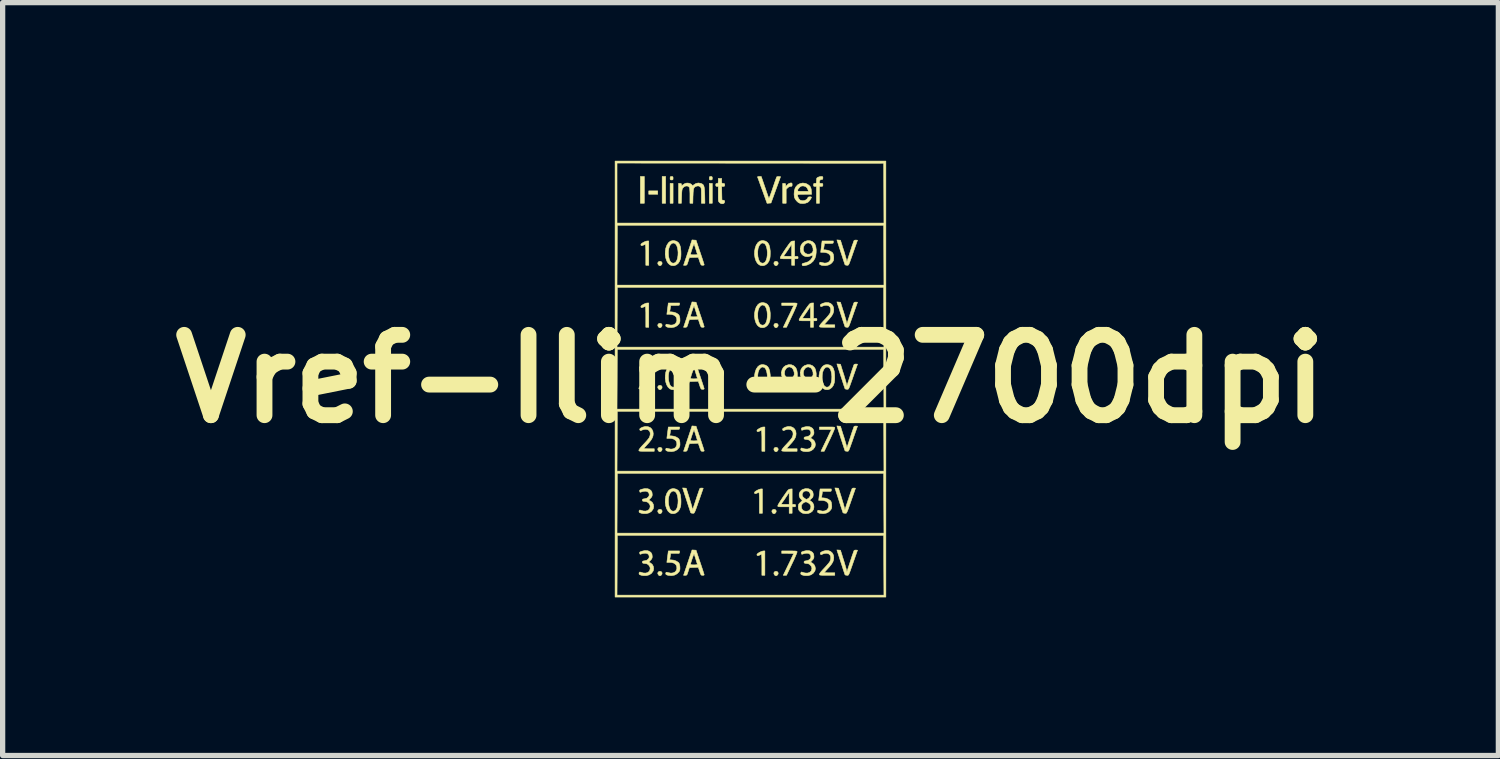
<source format=kicad_pcb>
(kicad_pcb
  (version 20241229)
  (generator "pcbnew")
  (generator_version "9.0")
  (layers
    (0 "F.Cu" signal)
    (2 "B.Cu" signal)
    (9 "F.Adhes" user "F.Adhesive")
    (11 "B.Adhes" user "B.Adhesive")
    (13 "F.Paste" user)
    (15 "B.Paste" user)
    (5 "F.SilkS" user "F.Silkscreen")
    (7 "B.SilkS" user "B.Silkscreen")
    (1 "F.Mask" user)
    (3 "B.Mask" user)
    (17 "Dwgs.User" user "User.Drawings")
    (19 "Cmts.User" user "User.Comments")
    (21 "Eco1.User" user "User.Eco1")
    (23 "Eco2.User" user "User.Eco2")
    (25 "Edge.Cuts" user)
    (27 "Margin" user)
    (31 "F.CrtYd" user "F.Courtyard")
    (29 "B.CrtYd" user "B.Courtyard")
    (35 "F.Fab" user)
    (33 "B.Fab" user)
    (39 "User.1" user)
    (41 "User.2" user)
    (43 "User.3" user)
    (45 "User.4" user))
  (footprint "Vref-Ilim-2700dpi"
    (layer "F.Cu")
    (at 11.183 4.135)
    (property "Reference" "Vref-Ilim-2700dpi" (at 0 0 0) (layer "F.SilkS") (effects (font (size 1.524 1.524) (thickness 0.3))))
    (attr through_hole)
    (fp_poly (pts (xy -2.013 -3.33) (xy -2.088 -3.33) (xy -2.088 -3.838) (xy -2.013 -3.838) (xy -2.013 -3.33)) (stroke (width 0.01) (type solid)) (fill yes) (layer "F.SilkS"))
    (fp_poly (pts (xy -1.759 -3.5) (xy -1.929 -3.5) (xy -1.929 -3.565) (xy -1.759 -3.565) (xy -1.759 -3.5)) (stroke (width 0.01) (type solid)) (fill yes) (layer "F.SilkS"))
    (fp_poly (pts (xy -1.609 -3.33) (xy -1.675 -3.33) (xy -1.675 -3.838) (xy -1.609 -3.838) (xy -1.609 -3.33)) (stroke (width 0.01) (type solid)) (fill yes) (layer "F.SilkS"))
    (fp_poly (pts (xy -1.468 -3.33) (xy -1.524 -3.33) (xy -1.524 -3.707) (xy -1.468 -3.707) (xy -1.468 -3.33)) (stroke (width 0.01) (type solid)) (fill yes) (layer "F.SilkS"))
    (fp_poly (pts (xy -0.724 -3.33) (xy -0.781 -3.33) (xy -0.781 -3.707) (xy -0.724 -3.707) (xy -0.724 -3.33)) (stroke (width 0.01) (type solid)) (fill yes) (layer "F.SilkS"))
    (fp_poly (pts (xy -1.691 -2.222) (xy -1.677 -2.204) (xy -1.677 -2.181) (xy -1.689 -2.16) (xy -1.707 -2.148) (xy -1.717 -2.145) (xy -1.733 -2.151) (xy -1.744 -2.16) (xy -1.758 -2.183) (xy -1.756 -2.206) (xy -1.74 -2.224) (xy -1.717 -2.23) (xy -1.691 -2.222)) (stroke (width 0.01) (type solid)) (fill yes) (layer "F.SilkS"))
    (fp_poly (pts (xy -1.691 -1.046) (xy -1.677 -1.028) (xy -1.677 -1.005) (xy -1.689 -0.984) (xy -1.707 -0.972) (xy -1.717 -0.969) (xy -1.733 -0.975) (xy -1.744 -0.984) (xy -1.758 -1.007) (xy -1.756 -1.03) (xy -1.74 -1.048) (xy -1.717 -1.054) (xy -1.691 -1.046)) (stroke (width 0.01) (type solid)) (fill yes) (layer "F.SilkS"))
    (fp_poly (pts (xy -1.691 0.13) (xy -1.677 0.148) (xy -1.677 0.171) (xy -1.689 0.192) (xy -1.707 0.204) (xy -1.717 0.207) (xy -1.733 0.201) (xy -1.744 0.192) (xy -1.758 0.169) (xy -1.756 0.145) (xy -1.74 0.128) (xy -1.717 0.122) (xy -1.691 0.13)) (stroke (width 0.01) (type solid)) (fill yes) (layer "F.SilkS"))
    (fp_poly (pts (xy -1.691 1.306) (xy -1.677 1.324) (xy -1.677 1.347) (xy -1.689 1.368) (xy -1.707 1.38) (xy -1.717 1.383) (xy -1.733 1.377) (xy -1.744 1.368) (xy -1.758 1.345) (xy -1.756 1.321) (xy -1.74 1.304) (xy -1.717 1.298) (xy -1.691 1.306)) (stroke (width 0.01) (type solid)) (fill yes) (layer "F.SilkS"))
    (fp_poly (pts (xy -1.691 2.481) (xy -1.677 2.5) (xy -1.677 2.523) (xy -1.689 2.544) (xy -1.707 2.556) (xy -1.717 2.559) (xy -1.733 2.553) (xy -1.744 2.544) (xy -1.758 2.52) (xy -1.756 2.497) (xy -1.74 2.48) (xy -1.717 2.474) (xy -1.691 2.481)) (stroke (width 0.01) (type solid)) (fill yes) (layer "F.SilkS"))
    (fp_poly (pts (xy -1.691 3.657) (xy -1.677 3.676) (xy -1.677 3.699) (xy -1.689 3.72) (xy -1.707 3.732) (xy -1.717 3.735) (xy -1.733 3.729) (xy -1.744 3.72) (xy -1.758 3.696) (xy -1.756 3.673) (xy -1.74 3.656) (xy -1.717 3.65) (xy -1.691 3.657)) (stroke (width 0.01) (type solid)) (fill yes) (layer "F.SilkS"))
    (fp_poly (pts (xy -1.477 -3.836) (xy -1.469 -3.827) (xy -1.468 -3.805) (xy -1.469 -3.783) (xy -1.477 -3.774) (xy -1.496 -3.772) (xy -1.515 -3.774) (xy -1.523 -3.784) (xy -1.524 -3.805) (xy -1.522 -3.827) (xy -1.514 -3.836) (xy -1.496 -3.838) (xy -1.477 -3.836)) (stroke (width 0.01) (type solid)) (fill yes) (layer "F.SilkS"))
    (fp_poly (pts (xy -0.734 -3.836) (xy -0.726 -3.827) (xy -0.724 -3.805) (xy -0.726 -3.783) (xy -0.734 -3.774) (xy -0.753 -3.772) (xy -0.772 -3.774) (xy -0.779 -3.784) (xy -0.781 -3.805) (xy -0.779 -3.827) (xy -0.771 -3.836) (xy -0.753 -3.838) (xy -0.734 -3.836)) (stroke (width 0.01) (type solid)) (fill yes) (layer "F.SilkS"))
    (fp_poly (pts (xy 0.472 2.481) (xy 0.487 2.5) (xy 0.487 2.523) (xy 0.474 2.544) (xy 0.457 2.556) (xy 0.447 2.559) (xy 0.43 2.553) (xy 0.419 2.544) (xy 0.406 2.52) (xy 0.408 2.497) (xy 0.424 2.48) (xy 0.447 2.474) (xy 0.472 2.481)) (stroke (width 0.01) (type solid)) (fill yes) (layer "F.SilkS"))
    (fp_poly (pts (xy 0.51 -2.222) (xy 0.524 -2.204) (xy 0.525 -2.181) (xy 0.512 -2.16) (xy 0.495 -2.148) (xy 0.484 -2.145) (xy 0.468 -2.151) (xy 0.457 -2.16) (xy 0.444 -2.183) (xy 0.446 -2.206) (xy 0.461 -2.224) (xy 0.484 -2.23) (xy 0.51 -2.222)) (stroke (width 0.01) (type solid)) (fill yes) (layer "F.SilkS"))
    (fp_poly (pts (xy 0.51 -1.046) (xy 0.524 -1.028) (xy 0.525 -1.005) (xy 0.512 -0.984) (xy 0.495 -0.972) (xy 0.484 -0.969) (xy 0.468 -0.975) (xy 0.457 -0.984) (xy 0.444 -1.007) (xy 0.446 -1.03) (xy 0.461 -1.048) (xy 0.484 -1.054) (xy 0.51 -1.046)) (stroke (width 0.01) (type solid)) (fill yes) (layer "F.SilkS"))
    (fp_poly (pts (xy 0.51 0.13) (xy 0.524 0.148) (xy 0.525 0.171) (xy 0.512 0.192) (xy 0.495 0.204) (xy 0.484 0.207) (xy 0.468 0.201) (xy 0.457 0.192) (xy 0.444 0.169) (xy 0.446 0.145) (xy 0.461 0.128) (xy 0.484 0.122) (xy 0.51 0.13)) (stroke (width 0.01) (type solid)) (fill yes) (layer "F.SilkS"))
    (fp_poly (pts (xy 0.51 1.306) (xy 0.524 1.324) (xy 0.525 1.347) (xy 0.512 1.368) (xy 0.495 1.38) (xy 0.484 1.383) (xy 0.468 1.377) (xy 0.457 1.368) (xy 0.444 1.345) (xy 0.446 1.321) (xy 0.461 1.304) (xy 0.484 1.298) (xy 0.51 1.306)) (stroke (width 0.01) (type solid)) (fill yes) (layer "F.SilkS"))
    (fp_poly (pts (xy 0.51 3.657) (xy 0.524 3.676) (xy 0.525 3.699) (xy 0.512 3.72) (xy 0.495 3.732) (xy 0.484 3.735) (xy 0.468 3.729) (xy 0.457 3.72) (xy 0.444 3.696) (xy 0.446 3.673) (xy 0.461 3.656) (xy 0.484 3.65) (xy 0.51 3.657)) (stroke (width 0.01) (type solid)) (fill yes) (layer "F.SilkS"))
    (fp_poly (pts (xy -1.929 -2.154) (xy -1.985 -2.154) (xy -1.985 -2.352) (xy -1.985 -2.429) (xy -1.987 -2.487) (xy -1.989 -2.526) (xy -1.992 -2.546) (xy -1.995 -2.549) (xy -2.009 -2.545) (xy -2.031 -2.536) (xy -2.033 -2.535) (xy -2.06 -2.526) (xy -2.075 -2.531) (xy -2.079 -2.548) (xy -2.071 -2.561) (xy -2.05 -2.577) (xy -2.022 -2.593) (xy -1.991 -2.607) (xy -1.964 -2.614) (xy -1.954 -2.615) (xy -1.929 -2.615) (xy -1.929 -2.154)) (stroke (width 0.01) (type solid)) (fill yes) (layer "F.SilkS"))
    (fp_poly (pts (xy -1.929 -0.978) (xy -1.985 -0.978) (xy -1.985 -1.176) (xy -1.985 -1.253) (xy -1.987 -1.311) (xy -1.989 -1.35) (xy -1.992 -1.37) (xy -1.995 -1.373) (xy -2.009 -1.369) (xy -2.031 -1.36) (xy -2.033 -1.359) (xy -2.06 -1.35) (xy -2.075 -1.355) (xy -2.079 -1.372) (xy -2.071 -1.385) (xy -2.05 -1.401) (xy -2.022 -1.417) (xy -1.991 -1.431) (xy -1.964 -1.438) (xy -1.954 -1.439) (xy -1.929 -1.439) (xy -1.929 -0.978)) (stroke (width 0.01) (type solid)) (fill yes) (layer "F.SilkS"))
    (fp_poly (pts (xy 0.226 2.549) (xy 0.169 2.549) (xy 0.169 2.352) (xy 0.169 2.275) (xy 0.167 2.217) (xy 0.165 2.178) (xy 0.162 2.158) (xy 0.159 2.154) (xy 0.145 2.158) (xy 0.123 2.168) (xy 0.122 2.169) (xy 0.095 2.178) (xy 0.079 2.173) (xy 0.075 2.156) (xy 0.083 2.143) (xy 0.104 2.127) (xy 0.132 2.111) (xy 0.163 2.097) (xy 0.19 2.089) (xy 0.2 2.088) (xy 0.226 2.088) (xy 0.226 2.549)) (stroke (width 0.01) (type solid)) (fill yes) (layer "F.SilkS"))
    (fp_poly (pts (xy 0.273 1.373) (xy 0.216 1.373) (xy 0.216 1.176) (xy 0.216 1.099) (xy 0.214 1.041) (xy 0.212 1.002) (xy 0.209 0.982) (xy 0.206 0.978) (xy 0.192 0.982) (xy 0.17 0.992) (xy 0.169 0.993) (xy 0.142 1.002) (xy 0.126 0.997) (xy 0.122 0.98) (xy 0.13 0.967) (xy 0.151 0.951) (xy 0.179 0.935) (xy 0.21 0.921) (xy 0.237 0.913) (xy 0.247 0.913) (xy 0.273 0.913) (xy 0.273 1.373)) (stroke (width 0.01) (type solid)) (fill yes) (layer "F.SilkS"))
    (fp_poly (pts (xy 0.273 3.725) (xy 0.216 3.725) (xy 0.216 3.528) (xy 0.216 3.451) (xy 0.214 3.393) (xy 0.212 3.354) (xy 0.209 3.333) (xy 0.206 3.33) (xy 0.192 3.334) (xy 0.17 3.344) (xy 0.169 3.345) (xy 0.142 3.354) (xy 0.126 3.348) (xy 0.122 3.332) (xy 0.13 3.319) (xy 0.151 3.303) (xy 0.179 3.286) (xy 0.21 3.273) (xy 0.237 3.265) (xy 0.247 3.264) (xy 0.273 3.264) (xy 0.273 3.725)) (stroke (width 0.01) (type solid)) (fill yes) (layer "F.SilkS"))
    (fp_poly (pts (xy 0.784 -3.712) (xy 0.79 -3.699) (xy 0.79 -3.683) (xy 0.789 -3.661) (xy 0.781 -3.652) (xy 0.761 -3.65) (xy 0.728 -3.641) (xy 0.705 -3.623) (xy 0.677 -3.595) (xy 0.677 -3.33) (xy 0.611 -3.33) (xy 0.611 -3.707) (xy 0.64 -3.707) (xy 0.659 -3.704) (xy 0.667 -3.694) (xy 0.668 -3.676) (xy 0.668 -3.645) (xy 0.689 -3.67) (xy 0.723 -3.701) (xy 0.76 -3.715) (xy 0.771 -3.716) (xy 0.784 -3.712)) (stroke (width 0.01) (type solid)) (fill yes) (layer "F.SilkS"))
    (fp_poly (pts (xy 0.794 -1.439) (xy 0.833 -1.439) (xy 0.859 -1.437) (xy 0.874 -1.435) (xy 0.882 -1.431) (xy 0.884 -1.425) (xy 0.884 -1.42) (xy 0.88 -1.406) (xy 0.869 -1.378) (xy 0.852 -1.338) (xy 0.831 -1.289) (xy 0.805 -1.233) (xy 0.784 -1.189) (xy 0.684 -0.978) (xy 0.622 -0.978) (xy 0.72 -1.182) (xy 0.748 -1.239) (xy 0.772 -1.29) (xy 0.792 -1.333) (xy 0.808 -1.365) (xy 0.817 -1.384) (xy 0.818 -1.389) (xy 0.81 -1.39) (xy 0.786 -1.391) (xy 0.75 -1.392) (xy 0.707 -1.392) (xy 0.593 -1.392) (xy 0.593 -1.439) (xy 0.738 -1.439) (xy 0.794 -1.439)) (stroke (width 0.01) (type solid)) (fill yes) (layer "F.SilkS"))
    (fp_poly (pts (xy 0.794 3.264) (xy 0.833 3.265) (xy 0.859 3.266) (xy 0.874 3.269) (xy 0.882 3.273) (xy 0.884 3.279) (xy 0.884 3.284) (xy 0.88 3.298) (xy 0.869 3.326) (xy 0.852 3.366) (xy 0.831 3.415) (xy 0.805 3.47) (xy 0.784 3.514) (xy 0.684 3.725) (xy 0.622 3.725) (xy 0.72 3.522) (xy 0.748 3.465) (xy 0.772 3.414) (xy 0.792 3.371) (xy 0.808 3.339) (xy 0.817 3.319) (xy 0.818 3.315) (xy 0.81 3.314) (xy 0.786 3.312) (xy 0.75 3.312) (xy 0.707 3.311) (xy 0.593 3.311) (xy 0.593 3.264) (xy 0.738 3.264) (xy 0.794 3.264)) (stroke (width 0.01) (type solid)) (fill yes) (layer "F.SilkS"))
    (fp_poly (pts (xy 1.509 0.913) (xy 1.548 0.913) (xy 1.574 0.915) (xy 1.589 0.917) (xy 1.597 0.921) (xy 1.599 0.927) (xy 1.599 0.932) (xy 1.595 0.946) (xy 1.584 0.974) (xy 1.567 1.014) (xy 1.545 1.063) (xy 1.52 1.119) (xy 1.499 1.163) (xy 1.399 1.373) (xy 1.337 1.373) (xy 1.435 1.17) (xy 1.463 1.113) (xy 1.487 1.062) (xy 1.507 1.019) (xy 1.523 0.987) (xy 1.532 0.968) (xy 1.533 0.963) (xy 1.525 0.962) (xy 1.501 0.961) (xy 1.465 0.96) (xy 1.422 0.96) (xy 1.308 0.96) (xy 1.308 0.913) (xy 1.453 0.913) (xy 1.509 0.913)) (stroke (width 0.01) (type solid)) (fill yes) (layer "F.SilkS"))
    (fp_poly (pts (xy 0.273 -3.638) (xy 0.293 -3.58) (xy 0.311 -3.527) (xy 0.327 -3.482) (xy 0.339 -3.449) (xy 0.347 -3.429) (xy 0.348 -3.425) (xy 0.353 -3.43) (xy 0.363 -3.45) (xy 0.377 -3.486) (xy 0.395 -3.536) (xy 0.417 -3.598) (xy 0.423 -3.618) (xy 0.443 -3.677) (xy 0.461 -3.73) (xy 0.477 -3.775) (xy 0.489 -3.808) (xy 0.497 -3.828) (xy 0.499 -3.832) (xy 0.512 -3.836) (xy 0.535 -3.837) (xy 0.538 -3.837) (xy 0.571 -3.834) (xy 0.389 -3.335) (xy 0.352 -3.332) (xy 0.315 -3.329) (xy 0.226 -3.576) (xy 0.202 -3.64) (xy 0.181 -3.699) (xy 0.163 -3.75) (xy 0.148 -3.79) (xy 0.138 -3.817) (xy 0.133 -3.83) (xy 0.133 -3.83) (xy 0.14 -3.835) (xy 0.159 -3.838) (xy 0.167 -3.838) (xy 0.204 -3.838) (xy 0.273 -3.638)) (stroke (width 0.01) (type solid)) (fill yes) (layer "F.SilkS"))
    (fp_poly (pts (xy -1.253 2.071) (xy -1.219 2.074) (xy -1.174 2.215) (xy -1.157 2.27) (xy -1.141 2.324) (xy -1.126 2.372) (xy -1.116 2.409) (xy -1.113 2.42) (xy -1.097 2.483) (xy -1.033 2.288) (xy -1.014 2.23) (xy -0.996 2.178) (xy -0.981 2.134) (xy -0.97 2.102) (xy -0.962 2.083) (xy -0.961 2.081) (xy -0.946 2.072) (xy -0.924 2.071) (xy -0.896 2.074) (xy -0.965 2.272) (xy -0.993 2.35) (xy -1.014 2.411) (xy -1.031 2.459) (xy -1.044 2.494) (xy -1.055 2.519) (xy -1.063 2.535) (xy -1.07 2.545) (xy -1.076 2.549) (xy -1.083 2.55) (xy -1.091 2.55) (xy -1.097 2.549) (xy -1.122 2.546) (xy -1.135 2.536) (xy -1.139 2.524) (xy -1.148 2.496) (xy -1.161 2.455) (xy -1.178 2.405) (xy -1.197 2.347) (xy -1.213 2.296) (xy -1.287 2.069) (xy -1.253 2.071)) (stroke (width 0.01) (type solid)) (fill yes) (layer "F.SilkS"))
    (fp_poly (pts (xy 1.365 -3.836) (xy 1.373 -3.825) (xy 1.373 -3.81) (xy 1.371 -3.79) (xy 1.36 -3.782) (xy 1.352 -3.782) (xy 1.325 -3.775) (xy 1.31 -3.753) (xy 1.308 -3.733) (xy 1.31 -3.715) (xy 1.32 -3.708) (xy 1.341 -3.707) (xy 1.363 -3.705) (xy 1.372 -3.697) (xy 1.373 -3.678) (xy 1.372 -3.659) (xy 1.362 -3.652) (xy 1.341 -3.65) (xy 1.308 -3.65) (xy 1.308 -3.33) (xy 1.251 -3.33) (xy 1.251 -3.65) (xy 1.223 -3.65) (xy 1.203 -3.652) (xy 1.196 -3.663) (xy 1.195 -3.678) (xy 1.197 -3.698) (xy 1.208 -3.706) (xy 1.223 -3.707) (xy 1.24 -3.708) (xy 1.248 -3.714) (xy 1.251 -3.732) (xy 1.251 -3.751) (xy 1.253 -3.78) (xy 1.256 -3.802) (xy 1.259 -3.807) (xy 1.276 -3.821) (xy 1.304 -3.832) (xy 1.336 -3.838) (xy 1.346 -3.838) (xy 1.365 -3.836)) (stroke (width 0.01) (type solid)) (fill yes) (layer "F.SilkS"))
    (fp_poly (pts (xy 1.635 2.071) (xy 1.669 2.074) (xy 1.714 2.215) (xy 1.731 2.27) (xy 1.747 2.324) (xy 1.762 2.372) (xy 1.772 2.409) (xy 1.775 2.42) (xy 1.791 2.483) (xy 1.855 2.288) (xy 1.874 2.23) (xy 1.892 2.178) (xy 1.907 2.134) (xy 1.919 2.102) (xy 1.926 2.083) (xy 1.927 2.081) (xy 1.942 2.072) (xy 1.964 2.071) (xy 1.992 2.074) (xy 1.923 2.272) (xy 1.896 2.35) (xy 1.874 2.411) (xy 1.857 2.459) (xy 1.844 2.494) (xy 1.833 2.519) (xy 1.825 2.535) (xy 1.819 2.545) (xy 1.812 2.549) (xy 1.805 2.55) (xy 1.797 2.55) (xy 1.791 2.549) (xy 1.766 2.546) (xy 1.753 2.536) (xy 1.749 2.524) (xy 1.74 2.496) (xy 1.727 2.455) (xy 1.71 2.405) (xy 1.691 2.347) (xy 1.675 2.296) (xy 1.601 2.069) (xy 1.635 2.071)) (stroke (width 0.01) (type solid)) (fill yes) (layer "F.SilkS"))
    (fp_poly (pts (xy 1.673 -2.632) (xy 1.707 -2.629) (xy 1.751 -2.488) (xy 1.769 -2.434) (xy 1.785 -2.38) (xy 1.799 -2.332) (xy 1.81 -2.294) (xy 1.813 -2.284) (xy 1.829 -2.221) (xy 1.893 -2.416) (xy 1.912 -2.474) (xy 1.929 -2.526) (xy 1.945 -2.569) (xy 1.956 -2.602) (xy 1.963 -2.62) (xy 1.965 -2.623) (xy 1.98 -2.631) (xy 2.001 -2.632) (xy 2.03 -2.629) (xy 1.96 -2.432) (xy 1.933 -2.354) (xy 1.911 -2.292) (xy 1.894 -2.245) (xy 1.881 -2.209) (xy 1.871 -2.184) (xy 1.863 -2.168) (xy 1.856 -2.159) (xy 1.85 -2.155) (xy 1.843 -2.154) (xy 1.835 -2.154) (xy 1.829 -2.154) (xy 1.803 -2.158) (xy 1.791 -2.168) (xy 1.787 -2.18) (xy 1.778 -2.208) (xy 1.764 -2.248) (xy 1.748 -2.299) (xy 1.729 -2.357) (xy 1.712 -2.408) (xy 1.639 -2.635) (xy 1.673 -2.632)) (stroke (width 0.01) (type solid)) (fill yes) (layer "F.SilkS"))
    (fp_poly (pts (xy 1.673 -1.456) (xy 1.707 -1.453) (xy 1.751 -1.312) (xy 1.769 -1.258) (xy 1.785 -1.204) (xy 1.799 -1.156) (xy 1.81 -1.118) (xy 1.813 -1.108) (xy 1.829 -1.045) (xy 1.893 -1.24) (xy 1.912 -1.298) (xy 1.929 -1.35) (xy 1.945 -1.394) (xy 1.956 -1.426) (xy 1.963 -1.444) (xy 1.965 -1.447) (xy 1.98 -1.455) (xy 2.001 -1.456) (xy 2.03 -1.453) (xy 1.96 -1.256) (xy 1.933 -1.178) (xy 1.911 -1.117) (xy 1.894 -1.069) (xy 1.881 -1.033) (xy 1.871 -1.009) (xy 1.863 -0.992) (xy 1.856 -0.983) (xy 1.85 -0.979) (xy 1.843 -0.978) (xy 1.835 -0.978) (xy 1.829 -0.978) (xy 1.803 -0.982) (xy 1.791 -0.992) (xy 1.787 -1.004) (xy 1.778 -1.032) (xy 1.764 -1.072) (xy 1.748 -1.123) (xy 1.729 -1.181) (xy 1.712 -1.232) (xy 1.639 -1.459) (xy 1.673 -1.456)) (stroke (width 0.01) (type solid)) (fill yes) (layer "F.SilkS"))
    (fp_poly (pts (xy 1.673 -0.28) (xy 1.707 -0.278) (xy 1.751 -0.136) (xy 1.769 -0.082) (xy 1.785 -0.028) (xy 1.799 0.02) (xy 1.81 0.058) (xy 1.813 0.068) (xy 1.829 0.131) (xy 1.893 -0.064) (xy 1.912 -0.122) (xy 1.929 -0.174) (xy 1.945 -0.218) (xy 1.956 -0.25) (xy 1.963 -0.268) (xy 1.965 -0.271) (xy 1.98 -0.279) (xy 2.001 -0.281) (xy 2.03 -0.278) (xy 1.96 -0.08) (xy 1.933 -0.002) (xy 1.911 0.059) (xy 1.894 0.107) (xy 1.881 0.142) (xy 1.871 0.167) (xy 1.863 0.184) (xy 1.856 0.193) (xy 1.85 0.197) (xy 1.843 0.198) (xy 1.835 0.198) (xy 1.829 0.198) (xy 1.803 0.194) (xy 1.791 0.184) (xy 1.787 0.172) (xy 1.778 0.144) (xy 1.764 0.104) (xy 1.748 0.053) (xy 1.729 -0.005) (xy 1.712 -0.056) (xy 1.639 -0.283) (xy 1.673 -0.28)) (stroke (width 0.01) (type solid)) (fill yes) (layer "F.SilkS"))
    (fp_poly (pts (xy 1.673 0.896) (xy 1.707 0.898) (xy 1.751 1.04) (xy 1.769 1.094) (xy 1.785 1.148) (xy 1.799 1.196) (xy 1.81 1.233) (xy 1.813 1.244) (xy 1.829 1.307) (xy 1.893 1.112) (xy 1.912 1.054) (xy 1.929 1.002) (xy 1.945 0.958) (xy 1.956 0.926) (xy 1.963 0.907) (xy 1.965 0.905) (xy 1.98 0.896) (xy 2.001 0.895) (xy 2.03 0.898) (xy 1.96 1.096) (xy 1.933 1.174) (xy 1.911 1.235) (xy 1.894 1.283) (xy 1.881 1.318) (xy 1.871 1.343) (xy 1.863 1.36) (xy 1.856 1.369) (xy 1.85 1.373) (xy 1.843 1.374) (xy 1.835 1.374) (xy 1.829 1.373) (xy 1.803 1.37) (xy 1.791 1.36) (xy 1.787 1.348) (xy 1.778 1.32) (xy 1.764 1.279) (xy 1.748 1.229) (xy 1.729 1.171) (xy 1.712 1.12) (xy 1.639 0.893) (xy 1.673 0.896)) (stroke (width 0.01) (type solid)) (fill yes) (layer "F.SilkS"))
    (fp_poly (pts (xy 1.673 3.247) (xy 1.707 3.25) (xy 1.751 3.391) (xy 1.769 3.446) (xy 1.785 3.5) (xy 1.799 3.548) (xy 1.81 3.585) (xy 1.813 3.596) (xy 1.829 3.659) (xy 1.893 3.464) (xy 1.912 3.406) (xy 1.929 3.354) (xy 1.945 3.31) (xy 1.956 3.278) (xy 1.963 3.259) (xy 1.965 3.257) (xy 1.98 3.248) (xy 2.001 3.247) (xy 2.03 3.25) (xy 1.96 3.448) (xy 1.933 3.525) (xy 1.911 3.587) (xy 1.894 3.635) (xy 1.881 3.67) (xy 1.871 3.695) (xy 1.863 3.711) (xy 1.856 3.721) (xy 1.85 3.725) (xy 1.843 3.726) (xy 1.835 3.726) (xy 1.829 3.725) (xy 1.803 3.722) (xy 1.791 3.712) (xy 1.787 3.699) (xy 1.778 3.672) (xy 1.764 3.631) (xy 1.748 3.581) (xy 1.729 3.522) (xy 1.712 3.471) (xy 1.639 3.245) (xy 1.673 3.247)) (stroke (width 0.01) (type solid)) (fill yes) (layer "F.SilkS"))
    (fp_poly (pts (xy -0.546 -3.754) (xy -0.545 -3.726) (xy -0.541 -3.712) (xy -0.531 -3.707) (xy -0.517 -3.707) (xy -0.497 -3.704) (xy -0.49 -3.693) (xy -0.489 -3.678) (xy -0.491 -3.658) (xy -0.502 -3.651) (xy -0.518 -3.65) (xy -0.546 -3.65) (xy -0.544 -3.521) (xy -0.541 -3.391) (xy -0.515 -3.388) (xy -0.496 -3.383) (xy -0.49 -3.368) (xy -0.489 -3.359) (xy -0.497 -3.336) (xy -0.516 -3.323) (xy -0.541 -3.32) (xy -0.569 -3.329) (xy -0.588 -3.344) (xy -0.597 -3.354) (xy -0.604 -3.364) (xy -0.608 -3.378) (xy -0.61 -3.4) (xy -0.611 -3.432) (xy -0.611 -3.478) (xy -0.611 -3.509) (xy -0.611 -3.65) (xy -0.635 -3.65) (xy -0.652 -3.653) (xy -0.658 -3.666) (xy -0.659 -3.678) (xy -0.656 -3.698) (xy -0.645 -3.706) (xy -0.635 -3.707) (xy -0.621 -3.708) (xy -0.614 -3.716) (xy -0.612 -3.735) (xy -0.611 -3.754) (xy -0.611 -3.801) (xy -0.546 -3.801) (xy -0.546 -3.754)) (stroke (width 0.01) (type solid)) (fill yes) (layer "F.SilkS"))
    (fp_poly (pts (xy 0.79 2.38) (xy 0.823 2.38) (xy 0.845 2.382) (xy 0.855 2.39) (xy 0.856 2.404) (xy 0.854 2.419) (xy 0.843 2.426) (xy 0.823 2.427) (xy 0.79 2.427) (xy 0.79 2.549) (xy 0.734 2.549) (xy 0.734 2.427) (xy 0.626 2.427) (xy 0.579 2.427) (xy 0.548 2.426) (xy 0.53 2.424) (xy 0.521 2.42) (xy 0.518 2.413) (xy 0.518 2.406) (xy 0.523 2.392) (xy 0.532 2.375) (xy 0.583 2.375) (xy 0.592 2.377) (xy 0.615 2.379) (xy 0.648 2.38) (xy 0.659 2.38) (xy 0.734 2.38) (xy 0.734 2.265) (xy 0.734 2.15) (xy 0.696 2.209) (xy 0.67 2.248) (xy 0.642 2.29) (xy 0.621 2.319) (xy 0.602 2.345) (xy 0.588 2.366) (xy 0.583 2.375) (xy 0.532 2.375) (xy 0.538 2.365) (xy 0.56 2.329) (xy 0.588 2.286) (xy 0.619 2.239) (xy 0.655 2.188) (xy 0.681 2.15) (xy 0.701 2.124) (xy 0.716 2.107) (xy 0.729 2.097) (xy 0.74 2.093) (xy 0.752 2.09) (xy 0.755 2.09) (xy 0.79 2.087) (xy 0.79 2.38)) (stroke (width 0.01) (type solid)) (fill yes) (layer "F.SilkS"))
    (fp_poly (pts (xy 0.837 -2.324) (xy 0.87 -2.324) (xy 0.892 -2.322) (xy 0.902 -2.314) (xy 0.903 -2.3) (xy 0.901 -2.284) (xy 0.89 -2.278) (xy 0.87 -2.277) (xy 0.837 -2.277) (xy 0.837 -2.154) (xy 0.781 -2.154) (xy 0.781 -2.277) (xy 0.673 -2.277) (xy 0.626 -2.277) (xy 0.595 -2.278) (xy 0.577 -2.28) (xy 0.568 -2.284) (xy 0.565 -2.291) (xy 0.565 -2.298) (xy 0.57 -2.312) (xy 0.579 -2.329) (xy 0.63 -2.329) (xy 0.639 -2.326) (xy 0.662 -2.325) (xy 0.695 -2.324) (xy 0.706 -2.324) (xy 0.781 -2.324) (xy 0.781 -2.439) (xy 0.781 -2.554) (xy 0.743 -2.495) (xy 0.717 -2.456) (xy 0.689 -2.414) (xy 0.668 -2.385) (xy 0.649 -2.358) (xy 0.635 -2.338) (xy 0.63 -2.329) (xy 0.579 -2.329) (xy 0.585 -2.339) (xy 0.607 -2.375) (xy 0.635 -2.418) (xy 0.666 -2.465) (xy 0.702 -2.516) (xy 0.728 -2.553) (xy 0.748 -2.579) (xy 0.763 -2.596) (xy 0.776 -2.606) (xy 0.787 -2.611) (xy 0.799 -2.613) (xy 0.802 -2.613) (xy 0.837 -2.616) (xy 0.837 -2.324)) (stroke (width 0.01) (type solid)) (fill yes) (layer "F.SilkS"))
    (fp_poly (pts (xy 1.195 -1.148) (xy 1.228 -1.148) (xy 1.25 -1.146) (xy 1.259 -1.138) (xy 1.261 -1.124) (xy 1.258 -1.108) (xy 1.247 -1.102) (xy 1.228 -1.101) (xy 1.195 -1.101) (xy 1.195 -0.978) (xy 1.138 -0.978) (xy 1.138 -1.101) (xy 1.03 -1.101) (xy 0.984 -1.101) (xy 0.953 -1.102) (xy 0.935 -1.104) (xy 0.926 -1.108) (xy 0.923 -1.115) (xy 0.922 -1.122) (xy 0.928 -1.136) (xy 0.937 -1.153) (xy 0.988 -1.153) (xy 0.996 -1.15) (xy 1.019 -1.149) (xy 1.052 -1.148) (xy 1.063 -1.148) (xy 1.138 -1.148) (xy 1.138 -1.263) (xy 1.138 -1.378) (xy 1.1 -1.319) (xy 1.075 -1.28) (xy 1.046 -1.238) (xy 1.025 -1.209) (xy 1.006 -1.182) (xy 0.993 -1.162) (xy 0.988 -1.153) (xy 0.937 -1.153) (xy 0.942 -1.163) (xy 0.964 -1.199) (xy 0.992 -1.242) (xy 1.024 -1.289) (xy 1.059 -1.34) (xy 1.086 -1.377) (xy 1.106 -1.403) (xy 1.121 -1.42) (xy 1.133 -1.43) (xy 1.144 -1.435) (xy 1.157 -1.437) (xy 1.16 -1.438) (xy 1.195 -1.44) (xy 1.195 -1.148)) (stroke (width 0.01) (type solid)) (fill yes) (layer "F.SilkS"))
    (fp_poly (pts (xy 1.533 2.112) (xy 1.533 2.123) (xy 1.528 2.13) (xy 1.516 2.134) (xy 1.493 2.135) (xy 1.456 2.135) (xy 1.449 2.135) (xy 1.365 2.135) (xy 1.359 2.18) (xy 1.355 2.21) (xy 1.35 2.235) (xy 1.349 2.241) (xy 1.349 2.252) (xy 1.359 2.257) (xy 1.384 2.258) (xy 1.385 2.258) (xy 1.429 2.264) (xy 1.474 2.281) (xy 1.51 2.305) (xy 1.519 2.313) (xy 1.532 2.337) (xy 1.539 2.375) (xy 1.541 2.392) (xy 1.542 2.428) (xy 1.538 2.453) (xy 1.528 2.475) (xy 1.522 2.484) (xy 1.486 2.522) (xy 1.439 2.546) (xy 1.383 2.556) (xy 1.322 2.551) (xy 1.305 2.548) (xy 1.28 2.537) (xy 1.271 2.522) (xy 1.275 2.5) (xy 1.281 2.492) (xy 1.293 2.492) (xy 1.316 2.498) (xy 1.322 2.5) (xy 1.371 2.509) (xy 1.414 2.503) (xy 1.449 2.485) (xy 1.473 2.454) (xy 1.483 2.422) (xy 1.48 2.379) (xy 1.462 2.345) (xy 1.428 2.32) (xy 1.381 2.307) (xy 1.345 2.305) (xy 1.293 2.305) (xy 1.32 2.088) (xy 1.533 2.088) (xy 1.533 2.112)) (stroke (width 0.01) (type solid)) (fill yes) (layer "F.SilkS"))
    (fp_poly (pts (xy -1.345 -1.416) (xy -1.346 -1.405) (xy -1.35 -1.398) (xy -1.362 -1.394) (xy -1.385 -1.393) (xy -1.423 -1.392) (xy -1.429 -1.392) (xy -1.513 -1.392) (xy -1.52 -1.348) (xy -1.524 -1.317) (xy -1.529 -1.293) (xy -1.53 -1.286) (xy -1.53 -1.276) (xy -1.52 -1.271) (xy -1.494 -1.27) (xy -1.494 -1.27) (xy -1.449 -1.263) (xy -1.405 -1.247) (xy -1.368 -1.223) (xy -1.36 -1.214) (xy -1.347 -1.19) (xy -1.339 -1.153) (xy -1.338 -1.135) (xy -1.337 -1.1) (xy -1.341 -1.074) (xy -1.351 -1.053) (xy -1.356 -1.044) (xy -1.393 -1.006) (xy -1.44 -0.982) (xy -1.496 -0.972) (xy -1.557 -0.976) (xy -1.573 -0.98) (xy -1.599 -0.991) (xy -1.608 -1.006) (xy -1.604 -1.028) (xy -1.598 -1.035) (xy -1.586 -1.036) (xy -1.563 -1.03) (xy -1.557 -1.028) (xy -1.508 -1.019) (xy -1.465 -1.024) (xy -1.429 -1.043) (xy -1.405 -1.074) (xy -1.396 -1.105) (xy -1.399 -1.149) (xy -1.417 -1.183) (xy -1.45 -1.207) (xy -1.497 -1.221) (xy -1.534 -1.223) (xy -1.586 -1.223) (xy -1.572 -1.331) (xy -1.558 -1.439) (xy -1.345 -1.439) (xy -1.345 -1.416)) (stroke (width 0.01) (type solid)) (fill yes) (layer "F.SilkS"))
    (fp_poly (pts (xy -1.345 0.936) (xy -1.346 0.947) (xy -1.35 0.954) (xy -1.362 0.958) (xy -1.385 0.959) (xy -1.423 0.96) (xy -1.429 0.96) (xy -1.513 0.96) (xy -1.52 1.004) (xy -1.524 1.035) (xy -1.529 1.059) (xy -1.53 1.065) (xy -1.53 1.076) (xy -1.52 1.081) (xy -1.494 1.082) (xy -1.494 1.082) (xy -1.449 1.089) (xy -1.405 1.105) (xy -1.368 1.129) (xy -1.36 1.138) (xy -1.347 1.161) (xy -1.339 1.199) (xy -1.338 1.216) (xy -1.337 1.252) (xy -1.341 1.277) (xy -1.351 1.299) (xy -1.356 1.308) (xy -1.393 1.346) (xy -1.44 1.37) (xy -1.496 1.38) (xy -1.557 1.375) (xy -1.573 1.372) (xy -1.599 1.361) (xy -1.608 1.346) (xy -1.604 1.324) (xy -1.598 1.316) (xy -1.586 1.316) (xy -1.563 1.322) (xy -1.557 1.324) (xy -1.508 1.333) (xy -1.465 1.327) (xy -1.429 1.309) (xy -1.405 1.278) (xy -1.396 1.246) (xy -1.399 1.203) (xy -1.417 1.169) (xy -1.45 1.145) (xy -1.497 1.131) (xy -1.534 1.129) (xy -1.586 1.129) (xy -1.572 1.021) (xy -1.558 0.913) (xy -1.345 0.913) (xy -1.345 0.936)) (stroke (width 0.01) (type solid)) (fill yes) (layer "F.SilkS"))
    (fp_poly (pts (xy -1.345 3.288) (xy -1.346 3.299) (xy -1.35 3.306) (xy -1.362 3.31) (xy -1.385 3.311) (xy -1.423 3.311) (xy -1.429 3.311) (xy -1.513 3.311) (xy -1.52 3.356) (xy -1.524 3.386) (xy -1.529 3.411) (xy -1.53 3.417) (xy -1.53 3.428) (xy -1.52 3.433) (xy -1.494 3.434) (xy -1.494 3.434) (xy -1.449 3.44) (xy -1.405 3.457) (xy -1.368 3.481) (xy -1.36 3.489) (xy -1.347 3.513) (xy -1.339 3.551) (xy -1.338 3.568) (xy -1.337 3.604) (xy -1.341 3.629) (xy -1.351 3.651) (xy -1.356 3.659) (xy -1.393 3.697) (xy -1.44 3.722) (xy -1.496 3.732) (xy -1.557 3.727) (xy -1.573 3.723) (xy -1.599 3.713) (xy -1.608 3.698) (xy -1.604 3.676) (xy -1.598 3.668) (xy -1.586 3.668) (xy -1.563 3.674) (xy -1.557 3.676) (xy -1.508 3.685) (xy -1.465 3.679) (xy -1.429 3.661) (xy -1.405 3.63) (xy -1.396 3.598) (xy -1.399 3.555) (xy -1.417 3.521) (xy -1.45 3.496) (xy -1.497 3.483) (xy -1.534 3.481) (xy -1.586 3.481) (xy -1.572 3.373) (xy -1.558 3.264) (xy -1.345 3.264) (xy -1.345 3.288)) (stroke (width 0.01) (type solid)) (fill yes) (layer "F.SilkS"))
    (fp_poly (pts (xy 1.571 -2.592) (xy 1.57 -2.581) (xy 1.566 -2.574) (xy 1.554 -2.57) (xy 1.531 -2.568) (xy 1.493 -2.568) (xy 1.487 -2.568) (xy 1.403 -2.568) (xy 1.397 -2.524) (xy 1.392 -2.493) (xy 1.388 -2.469) (xy 1.386 -2.462) (xy 1.386 -2.452) (xy 1.397 -2.447) (xy 1.422 -2.446) (xy 1.422 -2.446) (xy 1.467 -2.439) (xy 1.512 -2.422) (xy 1.548 -2.399) (xy 1.557 -2.39) (xy 1.57 -2.366) (xy 1.577 -2.329) (xy 1.579 -2.311) (xy 1.579 -2.275) (xy 1.576 -2.25) (xy 1.565 -2.229) (xy 1.56 -2.22) (xy 1.524 -2.182) (xy 1.476 -2.158) (xy 1.421 -2.147) (xy 1.359 -2.152) (xy 1.343 -2.156) (xy 1.317 -2.167) (xy 1.308 -2.181) (xy 1.313 -2.204) (xy 1.318 -2.211) (xy 1.33 -2.212) (xy 1.353 -2.206) (xy 1.36 -2.204) (xy 1.408 -2.195) (xy 1.452 -2.2) (xy 1.487 -2.219) (xy 1.511 -2.249) (xy 1.52 -2.281) (xy 1.518 -2.325) (xy 1.499 -2.359) (xy 1.466 -2.383) (xy 1.419 -2.396) (xy 1.383 -2.399) (xy 1.331 -2.399) (xy 1.344 -2.507) (xy 1.358 -2.615) (xy 1.571 -2.615) (xy 1.571 -2.592)) (stroke (width 0.01) (type solid)) (fill yes) (layer "F.SilkS"))
    (fp_poly (pts (xy -1.451 -2.622) (xy -1.406 -2.611) (xy -1.37 -2.587) (xy -1.345 -2.551) (xy -1.328 -2.499) (xy -1.32 -2.432) (xy -1.319 -2.419) (xy -1.318 -2.368) (xy -1.32 -2.32) (xy -1.325 -2.283) (xy -1.326 -2.28) (xy -1.345 -2.229) (xy -1.373 -2.188) (xy -1.41 -2.16) (xy -1.451 -2.146) (xy -1.494 -2.148) (xy -1.53 -2.163) (xy -1.563 -2.194) (xy -1.589 -2.238) (xy -1.607 -2.293) (xy -1.616 -2.353) (xy -1.616 -2.368) (xy -1.557 -2.368) (xy -1.551 -2.314) (xy -1.539 -2.266) (xy -1.522 -2.228) (xy -1.502 -2.206) (xy -1.47 -2.193) (xy -1.439 -2.199) (xy -1.416 -2.216) (xy -1.396 -2.248) (xy -1.382 -2.292) (xy -1.375 -2.343) (xy -1.373 -2.397) (xy -1.378 -2.45) (xy -1.388 -2.498) (xy -1.404 -2.537) (xy -1.426 -2.564) (xy -1.432 -2.568) (xy -1.464 -2.577) (xy -1.493 -2.568) (xy -1.52 -2.54) (xy -1.533 -2.517) (xy -1.548 -2.474) (xy -1.556 -2.423) (xy -1.557 -2.368) (xy -1.616 -2.368) (xy -1.616 -2.416) (xy -1.606 -2.478) (xy -1.585 -2.535) (xy -1.583 -2.539) (xy -1.553 -2.584) (xy -1.517 -2.612) (xy -1.474 -2.622) (xy -1.451 -2.622)) (stroke (width 0.01) (type solid)) (fill yes) (layer "F.SilkS"))
    (fp_poly (pts (xy -1.451 -0.27) (xy -1.406 -0.259) (xy -1.37 -0.236) (xy -1.345 -0.199) (xy -1.328 -0.147) (xy -1.32 -0.08) (xy -1.319 -0.067) (xy -1.318 -0.016) (xy -1.32 0.031) (xy -1.325 0.069) (xy -1.326 0.072) (xy -1.345 0.123) (xy -1.373 0.164) (xy -1.41 0.192) (xy -1.451 0.206) (xy -1.494 0.204) (xy -1.53 0.189) (xy -1.563 0.158) (xy -1.589 0.114) (xy -1.607 0.059) (xy -1.616 -0.001) (xy -1.616 -0.016) (xy -1.557 -0.016) (xy -1.551 0.037) (xy -1.539 0.085) (xy -1.522 0.124) (xy -1.502 0.146) (xy -1.47 0.159) (xy -1.439 0.153) (xy -1.416 0.136) (xy -1.396 0.104) (xy -1.382 0.06) (xy -1.375 0.009) (xy -1.373 -0.045) (xy -1.378 -0.098) (xy -1.388 -0.146) (xy -1.404 -0.186) (xy -1.426 -0.212) (xy -1.432 -0.216) (xy -1.464 -0.225) (xy -1.493 -0.216) (xy -1.52 -0.188) (xy -1.533 -0.166) (xy -1.548 -0.122) (xy -1.556 -0.071) (xy -1.557 -0.016) (xy -1.616 -0.016) (xy -1.616 -0.064) (xy -1.606 -0.126) (xy -1.585 -0.183) (xy -1.583 -0.187) (xy -1.553 -0.232) (xy -1.517 -0.26) (xy -1.474 -0.271) (xy -1.451 -0.27)) (stroke (width 0.01) (type solid)) (fill yes) (layer "F.SilkS"))
    (fp_poly (pts (xy -1.451 2.082) (xy -1.406 2.093) (xy -1.37 2.116) (xy -1.345 2.153) (xy -1.328 2.204) (xy -1.32 2.272) (xy -1.319 2.285) (xy -1.318 2.335) (xy -1.32 2.383) (xy -1.325 2.421) (xy -1.326 2.424) (xy -1.345 2.475) (xy -1.373 2.515) (xy -1.41 2.543) (xy -1.451 2.557) (xy -1.494 2.556) (xy -1.53 2.541) (xy -1.563 2.51) (xy -1.589 2.465) (xy -1.607 2.411) (xy -1.616 2.35) (xy -1.616 2.336) (xy -1.557 2.336) (xy -1.551 2.389) (xy -1.539 2.437) (xy -1.522 2.475) (xy -1.502 2.498) (xy -1.47 2.511) (xy -1.439 2.505) (xy -1.416 2.488) (xy -1.396 2.456) (xy -1.382 2.412) (xy -1.375 2.361) (xy -1.373 2.307) (xy -1.378 2.254) (xy -1.388 2.206) (xy -1.404 2.166) (xy -1.426 2.14) (xy -1.432 2.136) (xy -1.464 2.127) (xy -1.493 2.136) (xy -1.52 2.164) (xy -1.533 2.186) (xy -1.548 2.23) (xy -1.556 2.281) (xy -1.557 2.336) (xy -1.616 2.336) (xy -1.616 2.287) (xy -1.606 2.226) (xy -1.585 2.169) (xy -1.583 2.165) (xy -1.553 2.12) (xy -1.517 2.092) (xy -1.474 2.081) (xy -1.451 2.082)) (stroke (width 0.01) (type solid)) (fill yes) (layer "F.SilkS"))
    (fp_poly (pts (xy 0.242 -2.622) (xy 0.288 -2.611) (xy 0.323 -2.587) (xy 0.348 -2.551) (xy 0.365 -2.499) (xy 0.374 -2.432) (xy 0.375 -2.419) (xy 0.375 -2.368) (xy 0.373 -2.32) (xy 0.368 -2.283) (xy 0.367 -2.28) (xy 0.349 -2.229) (xy 0.32 -2.188) (xy 0.284 -2.16) (xy 0.243 -2.146) (xy 0.2 -2.148) (xy 0.164 -2.163) (xy 0.13 -2.194) (xy 0.104 -2.238) (xy 0.086 -2.293) (xy 0.077 -2.353) (xy 0.077 -2.368) (xy 0.137 -2.368) (xy 0.142 -2.314) (xy 0.154 -2.266) (xy 0.171 -2.228) (xy 0.191 -2.206) (xy 0.223 -2.193) (xy 0.255 -2.199) (xy 0.277 -2.216) (xy 0.297 -2.248) (xy 0.311 -2.292) (xy 0.318 -2.343) (xy 0.32 -2.397) (xy 0.315 -2.45) (xy 0.305 -2.498) (xy 0.289 -2.537) (xy 0.268 -2.564) (xy 0.262 -2.568) (xy 0.229 -2.577) (xy 0.2 -2.568) (xy 0.174 -2.54) (xy 0.161 -2.517) (xy 0.145 -2.474) (xy 0.138 -2.423) (xy 0.137 -2.368) (xy 0.077 -2.368) (xy 0.077 -2.416) (xy 0.088 -2.478) (xy 0.108 -2.535) (xy 0.11 -2.539) (xy 0.141 -2.584) (xy 0.176 -2.612) (xy 0.219 -2.622) (xy 0.242 -2.622)) (stroke (width 0.01) (type solid)) (fill yes) (layer "F.SilkS"))
    (fp_poly (pts (xy 0.242 -1.446) (xy 0.288 -1.435) (xy 0.323 -1.412) (xy 0.348 -1.375) (xy 0.365 -1.323) (xy 0.374 -1.256) (xy 0.375 -1.243) (xy 0.375 -1.192) (xy 0.373 -1.145) (xy 0.368 -1.107) (xy 0.367 -1.104) (xy 0.349 -1.053) (xy 0.32 -1.012) (xy 0.284 -0.984) (xy 0.243 -0.97) (xy 0.2 -0.972) (xy 0.164 -0.987) (xy 0.13 -1.018) (xy 0.104 -1.062) (xy 0.086 -1.117) (xy 0.077 -1.177) (xy 0.077 -1.192) (xy 0.137 -1.192) (xy 0.142 -1.139) (xy 0.154 -1.09) (xy 0.171 -1.052) (xy 0.191 -1.03) (xy 0.223 -1.017) (xy 0.255 -1.023) (xy 0.277 -1.04) (xy 0.297 -1.072) (xy 0.311 -1.116) (xy 0.318 -1.167) (xy 0.32 -1.221) (xy 0.315 -1.274) (xy 0.305 -1.322) (xy 0.289 -1.361) (xy 0.268 -1.388) (xy 0.262 -1.392) (xy 0.229 -1.401) (xy 0.2 -1.392) (xy 0.174 -1.364) (xy 0.161 -1.341) (xy 0.145 -1.298) (xy 0.138 -1.247) (xy 0.137 -1.192) (xy 0.077 -1.192) (xy 0.077 -1.24) (xy 0.088 -1.302) (xy 0.108 -1.359) (xy 0.11 -1.363) (xy 0.141 -1.408) (xy 0.176 -1.436) (xy 0.219 -1.446) (xy 0.242 -1.446)) (stroke (width 0.01) (type solid)) (fill yes) (layer "F.SilkS"))
    (fp_poly (pts (xy 0.242 -0.27) (xy 0.288 -0.259) (xy 0.323 -0.236) (xy 0.348 -0.199) (xy 0.365 -0.147) (xy 0.374 -0.08) (xy 0.375 -0.067) (xy 0.375 -0.016) (xy 0.373 0.031) (xy 0.368 0.069) (xy 0.367 0.072) (xy 0.349 0.123) (xy 0.32 0.164) (xy 0.284 0.192) (xy 0.243 0.206) (xy 0.2 0.204) (xy 0.164 0.189) (xy 0.13 0.158) (xy 0.104 0.114) (xy 0.086 0.059) (xy 0.077 -0.001) (xy 0.077 -0.016) (xy 0.137 -0.016) (xy 0.142 0.037) (xy 0.154 0.085) (xy 0.171 0.124) (xy 0.191 0.146) (xy 0.223 0.159) (xy 0.255 0.153) (xy 0.277 0.136) (xy 0.297 0.104) (xy 0.311 0.06) (xy 0.318 0.009) (xy 0.32 -0.045) (xy 0.315 -0.098) (xy 0.305 -0.146) (xy 0.289 -0.186) (xy 0.268 -0.212) (xy 0.262 -0.216) (xy 0.229 -0.225) (xy 0.2 -0.216) (xy 0.174 -0.188) (xy 0.161 -0.166) (xy 0.145 -0.122) (xy 0.138 -0.071) (xy 0.137 -0.016) (xy 0.077 -0.016) (xy 0.077 -0.064) (xy 0.088 -0.126) (xy 0.108 -0.183) (xy 0.11 -0.187) (xy 0.141 -0.232) (xy 0.176 -0.26) (xy 0.219 -0.271) (xy 0.242 -0.27)) (stroke (width 0.01) (type solid)) (fill yes) (layer "F.SilkS"))
    (fp_poly (pts (xy 1.465 -0.27) (xy 1.511 -0.259) (xy 1.546 -0.236) (xy 1.571 -0.199) (xy 1.588 -0.147) (xy 1.597 -0.08) (xy 1.597 -0.067) (xy 1.598 -0.016) (xy 1.596 0.031) (xy 1.591 0.069) (xy 1.59 0.072) (xy 1.572 0.123) (xy 1.543 0.164) (xy 1.507 0.192) (xy 1.466 0.206) (xy 1.423 0.204) (xy 1.387 0.189) (xy 1.353 0.158) (xy 1.327 0.114) (xy 1.309 0.059) (xy 1.3 -0.001) (xy 1.3 -0.016) (xy 1.36 -0.016) (xy 1.365 0.037) (xy 1.377 0.085) (xy 1.394 0.124) (xy 1.414 0.146) (xy 1.446 0.159) (xy 1.478 0.153) (xy 1.5 0.136) (xy 1.52 0.104) (xy 1.534 0.06) (xy 1.541 0.009) (xy 1.543 -0.045) (xy 1.538 -0.098) (xy 1.528 -0.146) (xy 1.512 -0.186) (xy 1.491 -0.212) (xy 1.485 -0.216) (xy 1.452 -0.225) (xy 1.423 -0.216) (xy 1.397 -0.188) (xy 1.384 -0.166) (xy 1.368 -0.122) (xy 1.361 -0.071) (xy 1.36 -0.016) (xy 1.3 -0.016) (xy 1.3 -0.064) (xy 1.311 -0.126) (xy 1.331 -0.183) (xy 1.333 -0.187) (xy 1.364 -0.232) (xy 1.399 -0.26) (xy 1.442 -0.271) (xy 1.465 -0.27)) (stroke (width 0.01) (type solid)) (fill yes) (layer "F.SilkS"))
    (fp_poly (pts (xy -1.947 -0.27) (xy -1.904 -0.254) (xy -1.872 -0.224) (xy -1.851 -0.183) (xy -1.844 -0.137) (xy -1.848 -0.096) (xy -1.862 -0.057) (xy -1.886 -0.015) (xy -1.924 0.033) (xy -1.953 0.065) (xy -1.981 0.096) (xy -2.004 0.121) (xy -2.019 0.139) (xy -2.023 0.145) (xy -2.014 0.147) (xy -1.99 0.149) (xy -1.955 0.15) (xy -1.924 0.151) (xy -1.825 0.151) (xy -1.825 0.198) (xy -1.971 0.198) (xy -2.026 0.197) (xy -2.065 0.197) (xy -2.091 0.196) (xy -2.106 0.193) (xy -2.114 0.189) (xy -2.116 0.183) (xy -2.117 0.177) (xy -2.11 0.161) (xy -2.089 0.133) (xy -2.057 0.096) (xy -2.025 0.062) (xy -1.989 0.025) (xy -1.958 -0.011) (xy -1.933 -0.042) (xy -1.918 -0.064) (xy -1.916 -0.067) (xy -1.902 -0.113) (xy -1.902 -0.154) (xy -1.916 -0.187) (xy -1.942 -0.21) (xy -1.98 -0.219) (xy -1.986 -0.219) (xy -2.02 -0.216) (xy -2.052 -0.206) (xy -2.058 -0.204) (xy -2.078 -0.194) (xy -2.089 -0.194) (xy -2.096 -0.204) (xy -2.097 -0.206) (xy -2.101 -0.221) (xy -2.094 -0.234) (xy -2.073 -0.247) (xy -2.048 -0.259) (xy -1.995 -0.272) (xy -1.947 -0.27)) (stroke (width 0.01) (type solid)) (fill yes) (layer "F.SilkS"))
    (fp_poly (pts (xy -1.947 0.906) (xy -1.904 0.922) (xy -1.872 0.952) (xy -1.851 0.993) (xy -1.844 1.039) (xy -1.848 1.08) (xy -1.862 1.119) (xy -1.886 1.161) (xy -1.924 1.209) (xy -1.953 1.241) (xy -1.981 1.272) (xy -2.004 1.297) (xy -2.019 1.315) (xy -2.023 1.321) (xy -2.014 1.323) (xy -1.99 1.325) (xy -1.955 1.326) (xy -1.924 1.326) (xy -1.825 1.326) (xy -1.825 1.373) (xy -1.971 1.373) (xy -2.026 1.373) (xy -2.065 1.373) (xy -2.091 1.372) (xy -2.106 1.369) (xy -2.114 1.365) (xy -2.116 1.359) (xy -2.117 1.353) (xy -2.11 1.337) (xy -2.089 1.309) (xy -2.057 1.272) (xy -2.025 1.238) (xy -1.989 1.2) (xy -1.958 1.165) (xy -1.933 1.134) (xy -1.918 1.112) (xy -1.916 1.109) (xy -1.902 1.063) (xy -1.902 1.022) (xy -1.916 0.989) (xy -1.942 0.966) (xy -1.98 0.957) (xy -1.986 0.956) (xy -2.02 0.96) (xy -2.052 0.97) (xy -2.058 0.972) (xy -2.078 0.982) (xy -2.089 0.982) (xy -2.096 0.972) (xy -2.097 0.97) (xy -2.101 0.955) (xy -2.094 0.942) (xy -2.073 0.929) (xy -2.048 0.917) (xy -1.995 0.903) (xy -1.947 0.906)) (stroke (width 0.01) (type solid)) (fill yes) (layer "F.SilkS"))
    (fp_poly (pts (xy -1.07 -2.632) (xy -1.032 -2.629) (xy -0.958 -2.408) (xy -0.937 -2.346) (xy -0.918 -2.29) (xy -0.902 -2.241) (xy -0.89 -2.204) (xy -0.882 -2.179) (xy -0.879 -2.171) (xy -0.879 -2.16) (xy -0.89 -2.155) (xy -0.906 -2.154) (xy -0.923 -2.155) (xy -0.934 -2.159) (xy -0.942 -2.171) (xy -0.952 -2.193) (xy -0.964 -2.229) (xy -0.964 -2.23) (xy -0.99 -2.305) (xy -1.159 -2.3) (xy -1.182 -2.227) (xy -1.194 -2.191) (xy -1.202 -2.17) (xy -1.211 -2.159) (xy -1.223 -2.155) (xy -1.237 -2.154) (xy -1.269 -2.154) (xy -1.2 -2.359) (xy -1.138 -2.359) (xy -1.13 -2.355) (xy -1.107 -2.353) (xy -1.075 -2.352) (xy -1.072 -2.352) (xy -1.04 -2.353) (xy -1.016 -2.355) (xy -1.007 -2.359) (xy -1.007 -2.359) (xy -1.009 -2.37) (xy -1.017 -2.395) (xy -1.028 -2.431) (xy -1.041 -2.472) (xy -1.055 -2.517) (xy -1.069 -2.559) (xy -1.073 -2.555) (xy -1.081 -2.537) (xy -1.092 -2.509) (xy -1.104 -2.475) (xy -1.116 -2.439) (xy -1.127 -2.405) (xy -1.134 -2.377) (xy -1.138 -2.36) (xy -1.138 -2.359) (xy -1.2 -2.359) (xy -1.188 -2.395) (xy -1.108 -2.635) (xy -1.07 -2.632)) (stroke (width 0.01) (type solid)) (fill yes) (layer "F.SilkS"))
    (fp_poly (pts (xy -1.07 -1.456) (xy -1.032 -1.453) (xy -0.958 -1.232) (xy -0.937 -1.171) (xy -0.918 -1.114) (xy -0.902 -1.066) (xy -0.89 -1.028) (xy -0.882 -1.003) (xy -0.879 -0.995) (xy -0.879 -0.984) (xy -0.89 -0.979) (xy -0.906 -0.978) (xy -0.923 -0.979) (xy -0.934 -0.983) (xy -0.942 -0.995) (xy -0.952 -1.017) (xy -0.964 -1.053) (xy -0.964 -1.054) (xy -0.99 -1.13) (xy -1.159 -1.124) (xy -1.182 -1.051) (xy -1.194 -1.015) (xy -1.202 -0.994) (xy -1.211 -0.983) (xy -1.223 -0.979) (xy -1.237 -0.978) (xy -1.269 -0.978) (xy -1.2 -1.183) (xy -1.138 -1.183) (xy -1.13 -1.18) (xy -1.107 -1.177) (xy -1.075 -1.176) (xy -1.072 -1.176) (xy -1.04 -1.177) (xy -1.016 -1.179) (xy -1.007 -1.183) (xy -1.007 -1.183) (xy -1.009 -1.194) (xy -1.017 -1.219) (xy -1.028 -1.255) (xy -1.041 -1.297) (xy -1.055 -1.341) (xy -1.069 -1.383) (xy -1.073 -1.379) (xy -1.081 -1.361) (xy -1.092 -1.333) (xy -1.104 -1.299) (xy -1.116 -1.263) (xy -1.127 -1.229) (xy -1.134 -1.201) (xy -1.138 -1.184) (xy -1.138 -1.183) (xy -1.2 -1.183) (xy -1.188 -1.219) (xy -1.108 -1.459) (xy -1.07 -1.456)) (stroke (width 0.01) (type solid)) (fill yes) (layer "F.SilkS"))
    (fp_poly (pts (xy -1.07 -0.28) (xy -1.032 -0.278) (xy -0.958 -0.056) (xy -0.937 0.005) (xy -0.918 0.062) (xy -0.902 0.11) (xy -0.89 0.148) (xy -0.882 0.173) (xy -0.879 0.181) (xy -0.879 0.192) (xy -0.89 0.197) (xy -0.906 0.198) (xy -0.923 0.197) (xy -0.934 0.193) (xy -0.942 0.181) (xy -0.952 0.159) (xy -0.964 0.123) (xy -0.964 0.122) (xy -0.99 0.046) (xy -1.159 0.052) (xy -1.182 0.125) (xy -1.194 0.161) (xy -1.202 0.182) (xy -1.211 0.193) (xy -1.223 0.197) (xy -1.237 0.198) (xy -1.269 0.198) (xy -1.2 -0.007) (xy -1.138 -0.007) (xy -1.13 -0.004) (xy -1.107 -0.001) (xy -1.075 -0.000005) (xy -1.072 0) (xy -1.04 -0.001) (xy -1.016 -0.003) (xy -1.007 -0.007) (xy -1.007 -0.007) (xy -1.009 -0.018) (xy -1.017 -0.043) (xy -1.028 -0.079) (xy -1.041 -0.121) (xy -1.055 -0.165) (xy -1.069 -0.207) (xy -1.073 -0.203) (xy -1.081 -0.185) (xy -1.092 -0.157) (xy -1.104 -0.123) (xy -1.116 -0.087) (xy -1.127 -0.053) (xy -1.134 -0.025) (xy -1.138 -0.008) (xy -1.138 -0.007) (xy -1.2 -0.007) (xy -1.188 -0.043) (xy -1.108 -0.283) (xy -1.07 -0.28)) (stroke (width 0.01) (type solid)) (fill yes) (layer "F.SilkS"))
    (fp_poly (pts (xy -1.07 0.896) (xy -1.032 0.898) (xy -0.958 1.119) (xy -0.937 1.181) (xy -0.918 1.238) (xy -0.902 1.286) (xy -0.89 1.324) (xy -0.882 1.349) (xy -0.879 1.357) (xy -0.879 1.368) (xy -0.89 1.373) (xy -0.906 1.373) (xy -0.923 1.373) (xy -0.934 1.369) (xy -0.942 1.357) (xy -0.952 1.335) (xy -0.964 1.299) (xy -0.964 1.298) (xy -0.99 1.222) (xy -1.159 1.228) (xy -1.182 1.301) (xy -1.194 1.337) (xy -1.202 1.358) (xy -1.211 1.369) (xy -1.223 1.373) (xy -1.237 1.373) (xy -1.269 1.373) (xy -1.2 1.169) (xy -1.138 1.169) (xy -1.13 1.172) (xy -1.107 1.175) (xy -1.075 1.176) (xy -1.072 1.176) (xy -1.04 1.175) (xy -1.016 1.173) (xy -1.007 1.169) (xy -1.007 1.169) (xy -1.009 1.158) (xy -1.017 1.133) (xy -1.028 1.097) (xy -1.041 1.055) (xy -1.055 1.011) (xy -1.069 0.969) (xy -1.073 0.973) (xy -1.081 0.991) (xy -1.092 1.019) (xy -1.104 1.053) (xy -1.116 1.089) (xy -1.127 1.123) (xy -1.134 1.15) (xy -1.138 1.168) (xy -1.138 1.169) (xy -1.2 1.169) (xy -1.188 1.133) (xy -1.108 0.893) (xy -1.07 0.896)) (stroke (width 0.01) (type solid)) (fill yes) (layer "F.SilkS"))
    (fp_poly (pts (xy -1.07 3.247) (xy -1.032 3.25) (xy -0.958 3.471) (xy -0.937 3.533) (xy -0.918 3.59) (xy -0.902 3.638) (xy -0.89 3.676) (xy -0.882 3.701) (xy -0.879 3.709) (xy -0.879 3.72) (xy -0.89 3.725) (xy -0.906 3.725) (xy -0.923 3.725) (xy -0.934 3.72) (xy -0.942 3.709) (xy -0.952 3.687) (xy -0.964 3.65) (xy -0.964 3.65) (xy -0.99 3.574) (xy -1.159 3.58) (xy -1.182 3.652) (xy -1.194 3.688) (xy -1.202 3.71) (xy -1.211 3.721) (xy -1.223 3.725) (xy -1.237 3.725) (xy -1.269 3.725) (xy -1.2 3.521) (xy -1.138 3.521) (xy -1.13 3.524) (xy -1.107 3.527) (xy -1.075 3.528) (xy -1.072 3.528) (xy -1.04 3.527) (xy -1.016 3.524) (xy -1.007 3.521) (xy -1.007 3.521) (xy -1.009 3.51) (xy -1.017 3.484) (xy -1.028 3.449) (xy -1.041 3.407) (xy -1.055 3.363) (xy -1.069 3.321) (xy -1.073 3.325) (xy -1.081 3.343) (xy -1.092 3.371) (xy -1.104 3.405) (xy -1.116 3.441) (xy -1.127 3.475) (xy -1.134 3.502) (xy -1.138 3.52) (xy -1.138 3.521) (xy -1.2 3.521) (xy -1.188 3.485) (xy -1.108 3.245) (xy -1.07 3.247)) (stroke (width 0.01) (type solid)) (fill yes) (layer "F.SilkS"))
    (fp_poly (pts (xy 0.763 0.906) (xy 0.805 0.922) (xy 0.838 0.952) (xy 0.859 0.993) (xy 0.865 1.039) (xy 0.861 1.08) (xy 0.848 1.119) (xy 0.823 1.161) (xy 0.785 1.209) (xy 0.756 1.241) (xy 0.728 1.272) (xy 0.705 1.297) (xy 0.691 1.315) (xy 0.687 1.321) (xy 0.695 1.323) (xy 0.719 1.325) (xy 0.754 1.326) (xy 0.786 1.326) (xy 0.884 1.326) (xy 0.884 1.373) (xy 0.738 1.373) (xy 0.683 1.373) (xy 0.644 1.373) (xy 0.618 1.372) (xy 0.603 1.369) (xy 0.595 1.365) (xy 0.593 1.359) (xy 0.593 1.353) (xy 0.6 1.337) (xy 0.62 1.309) (xy 0.653 1.272) (xy 0.685 1.238) (xy 0.72 1.2) (xy 0.751 1.165) (xy 0.776 1.134) (xy 0.791 1.112) (xy 0.793 1.109) (xy 0.807 1.063) (xy 0.807 1.022) (xy 0.793 0.989) (xy 0.767 0.966) (xy 0.73 0.957) (xy 0.724 0.956) (xy 0.69 0.96) (xy 0.658 0.97) (xy 0.652 0.972) (xy 0.631 0.982) (xy 0.621 0.982) (xy 0.613 0.972) (xy 0.612 0.97) (xy 0.608 0.955) (xy 0.615 0.942) (xy 0.637 0.929) (xy 0.661 0.917) (xy 0.714 0.903) (xy 0.763 0.906)) (stroke (width 0.01) (type solid)) (fill yes) (layer "F.SilkS"))
    (fp_poly (pts (xy 1.478 -1.446) (xy 1.52 -1.43) (xy 1.553 -1.4) (xy 1.574 -1.359) (xy 1.58 -1.313) (xy 1.576 -1.272) (xy 1.563 -1.232) (xy 1.538 -1.19) (xy 1.5 -1.143) (xy 1.471 -1.111) (xy 1.443 -1.08) (xy 1.42 -1.055) (xy 1.406 -1.037) (xy 1.402 -1.031) (xy 1.41 -1.029) (xy 1.434 -1.027) (xy 1.469 -1.026) (xy 1.5 -1.025) (xy 1.599 -1.025) (xy 1.599 -0.978) (xy 1.453 -0.978) (xy 1.398 -0.978) (xy 1.359 -0.979) (xy 1.333 -0.98) (xy 1.318 -0.983) (xy 1.31 -0.987) (xy 1.308 -0.993) (xy 1.308 -0.999) (xy 1.315 -1.015) (xy 1.335 -1.043) (xy 1.368 -1.08) (xy 1.4 -1.114) (xy 1.435 -1.151) (xy 1.466 -1.187) (xy 1.491 -1.218) (xy 1.506 -1.24) (xy 1.508 -1.243) (xy 1.522 -1.289) (xy 1.522 -1.33) (xy 1.508 -1.363) (xy 1.482 -1.386) (xy 1.445 -1.395) (xy 1.438 -1.395) (xy 1.404 -1.392) (xy 1.373 -1.382) (xy 1.367 -1.38) (xy 1.346 -1.37) (xy 1.336 -1.37) (xy 1.328 -1.38) (xy 1.327 -1.382) (xy 1.323 -1.397) (xy 1.33 -1.41) (xy 1.352 -1.423) (xy 1.376 -1.434) (xy 1.429 -1.448) (xy 1.478 -1.446)) (stroke (width 0.01) (type solid)) (fill yes) (layer "F.SilkS"))
    (fp_poly (pts (xy 1.478 3.257) (xy 1.52 3.274) (xy 1.553 3.304) (xy 1.574 3.345) (xy 1.58 3.391) (xy 1.576 3.431) (xy 1.563 3.471) (xy 1.538 3.513) (xy 1.5 3.561) (xy 1.471 3.593) (xy 1.443 3.623) (xy 1.42 3.649) (xy 1.406 3.666) (xy 1.402 3.673) (xy 1.41 3.675) (xy 1.434 3.677) (xy 1.469 3.678) (xy 1.5 3.678) (xy 1.599 3.678) (xy 1.599 3.725) (xy 1.453 3.725) (xy 1.398 3.725) (xy 1.359 3.725) (xy 1.333 3.723) (xy 1.318 3.721) (xy 1.31 3.717) (xy 1.308 3.711) (xy 1.308 3.705) (xy 1.315 3.689) (xy 1.335 3.661) (xy 1.368 3.624) (xy 1.4 3.59) (xy 1.435 3.552) (xy 1.466 3.516) (xy 1.491 3.486) (xy 1.506 3.464) (xy 1.508 3.461) (xy 1.522 3.415) (xy 1.522 3.374) (xy 1.508 3.341) (xy 1.482 3.318) (xy 1.445 3.308) (xy 1.438 3.308) (xy 1.404 3.312) (xy 1.373 3.321) (xy 1.367 3.324) (xy 1.346 3.334) (xy 1.336 3.334) (xy 1.328 3.324) (xy 1.327 3.322) (xy 1.323 3.307) (xy 1.33 3.294) (xy 1.352 3.28) (xy 1.376 3.269) (xy 1.429 3.255) (xy 1.478 3.257)) (stroke (width 0.01) (type solid)) (fill yes) (layer "F.SilkS"))
    (fp_poly (pts (xy 2.568 4.139) (xy -2.568 4.139) (xy -2.568 4.102) (xy -2.531 4.102) (xy 2.531 4.102) (xy 2.528 3.535) (xy 2.526 2.968) (xy -2.526 2.968) (xy -2.528 3.535) (xy -2.531 4.102) (xy -2.568 4.102) (xy -2.568 2.926) (xy -2.531 2.926) (xy 2.531 2.926) (xy 2.528 2.359) (xy 2.526 1.792) (xy -2.526 1.792) (xy -2.528 2.359) (xy -2.531 2.926) (xy -2.568 2.926) (xy -2.568 1.75) (xy -2.531 1.75) (xy 2.531 1.75) (xy 2.526 0.616) (xy -2.526 0.616) (xy -2.528 1.183) (xy -2.531 1.75) (xy -2.568 1.75) (xy -2.568 0.574) (xy -2.531 0.574) (xy 2.531 0.574) (xy 2.526 -0.56) (xy -2.526 -0.56) (xy -2.528 0.007) (xy -2.531 0.574) (xy -2.568 0.574) (xy -2.568 -0.602) (xy -2.531 -0.602) (xy 2.531 -0.602) (xy 2.526 -1.736) (xy -2.526 -1.736) (xy -2.528 -1.169) (xy -2.531 -0.602) (xy -2.568 -0.602) (xy -2.568 -1.778) (xy -2.531 -1.778) (xy 2.531 -1.778) (xy 2.526 -2.912) (xy -2.526 -2.912) (xy -2.528 -2.345) (xy -2.531 -1.778) (xy -2.568 -1.778) (xy -2.568 -2.954) (xy -2.531 -2.954) (xy 2.531 -2.954) (xy 2.526 -4.088) (xy -2.531 -4.092) (xy -2.531 -2.954) (xy -2.568 -2.954) (xy -2.568 -4.13) (xy 2.568 -4.13) (xy 2.568 4.139)) (stroke (width 0.01) (type solid)) (fill yes) (layer "F.SilkS"))
    (fp_poly (pts (xy 0.772 -0.268) (xy 0.816 -0.251) (xy 0.853 -0.218) (xy 0.867 -0.195) (xy 0.882 -0.153) (xy 0.889 -0.1) (xy 0.889 -0.042) (xy 0.881 0.014) (xy 0.867 0.063) (xy 0.866 0.063) (xy 0.832 0.119) (xy 0.786 0.162) (xy 0.73 0.19) (xy 0.723 0.192) (xy 0.676 0.204) (xy 0.644 0.207) (xy 0.626 0.201) (xy 0.621 0.185) (xy 0.623 0.173) (xy 0.633 0.164) (xy 0.654 0.157) (xy 0.677 0.152) (xy 0.735 0.132) (xy 0.781 0.099) (xy 0.813 0.053) (xy 0.813 0.053) (xy 0.825 0.024) (xy 0.825 0.011) (xy 0.813 0.009) (xy 0.786 0.019) (xy 0.784 0.02) (xy 0.733 0.035) (xy 0.685 0.032) (xy 0.644 0.014) (xy 0.612 -0.016) (xy 0.592 -0.058) (xy 0.586 -0.109) (xy 0.587 -0.12) (xy 0.587 -0.122) (xy 0.644 -0.122) (xy 0.646 -0.086) (xy 0.661 -0.05) (xy 0.689 -0.025) (xy 0.725 -0.012) (xy 0.765 -0.014) (xy 0.789 -0.023) (xy 0.817 -0.046) (xy 0.83 -0.078) (xy 0.829 -0.121) (xy 0.827 -0.13) (xy 0.811 -0.177) (xy 0.786 -0.208) (xy 0.752 -0.224) (xy 0.731 -0.226) (xy 0.7 -0.217) (xy 0.674 -0.194) (xy 0.654 -0.161) (xy 0.644 -0.122) (xy 0.587 -0.122) (xy 0.6 -0.176) (xy 0.626 -0.22) (xy 0.667 -0.251) (xy 0.671 -0.253) (xy 0.723 -0.269) (xy 0.772 -0.268)) (stroke (width 0.01) (type solid)) (fill yes) (layer "F.SilkS"))
    (fp_poly (pts (xy 1.129 -2.62) (xy 1.174 -2.603) (xy 1.21 -2.57) (xy 1.225 -2.547) (xy 1.239 -2.505) (xy 1.247 -2.452) (xy 1.246 -2.394) (xy 1.239 -2.337) (xy 1.224 -2.289) (xy 1.224 -2.288) (xy 1.19 -2.233) (xy 1.143 -2.19) (xy 1.087 -2.162) (xy 1.081 -2.16) (xy 1.034 -2.148) (xy 1.002 -2.145) (xy 0.984 -2.151) (xy 0.978 -2.167) (xy 0.981 -2.179) (xy 0.99 -2.188) (xy 1.012 -2.195) (xy 1.035 -2.2) (xy 1.093 -2.22) (xy 1.138 -2.253) (xy 1.17 -2.299) (xy 1.17 -2.299) (xy 1.182 -2.327) (xy 1.183 -2.341) (xy 1.17 -2.342) (xy 1.144 -2.332) (xy 1.142 -2.331) (xy 1.09 -2.317) (xy 1.043 -2.32) (xy 1.002 -2.337) (xy 0.97 -2.368) (xy 0.949 -2.41) (xy 0.944 -2.461) (xy 0.944 -2.472) (xy 0.945 -2.474) (xy 1.002 -2.474) (xy 1.003 -2.438) (xy 1.019 -2.402) (xy 1.047 -2.377) (xy 1.083 -2.364) (xy 1.122 -2.366) (xy 1.146 -2.375) (xy 1.175 -2.398) (xy 1.188 -2.43) (xy 1.186 -2.473) (xy 1.185 -2.481) (xy 1.168 -2.529) (xy 1.144 -2.56) (xy 1.11 -2.576) (xy 1.088 -2.578) (xy 1.058 -2.569) (xy 1.031 -2.546) (xy 1.012 -2.513) (xy 1.002 -2.474) (xy 0.945 -2.474) (xy 0.957 -2.528) (xy 0.984 -2.572) (xy 1.025 -2.603) (xy 1.029 -2.605) (xy 1.08 -2.621) (xy 1.129 -2.62)) (stroke (width 0.01) (type solid)) (fill yes) (layer "F.SilkS"))
    (fp_poly (pts (xy 1.129 -0.268) (xy 1.174 -0.251) (xy 1.21 -0.218) (xy 1.225 -0.195) (xy 1.239 -0.153) (xy 1.247 -0.1) (xy 1.246 -0.042) (xy 1.239 0.014) (xy 1.224 0.063) (xy 1.224 0.063) (xy 1.19 0.119) (xy 1.143 0.162) (xy 1.087 0.19) (xy 1.081 0.192) (xy 1.034 0.204) (xy 1.002 0.207) (xy 0.984 0.201) (xy 0.978 0.185) (xy 0.981 0.173) (xy 0.99 0.164) (xy 1.012 0.157) (xy 1.035 0.152) (xy 1.093 0.132) (xy 1.138 0.099) (xy 1.17 0.053) (xy 1.17 0.053) (xy 1.182 0.024) (xy 1.183 0.011) (xy 1.17 0.009) (xy 1.144 0.019) (xy 1.142 0.02) (xy 1.09 0.035) (xy 1.043 0.032) (xy 1.002 0.014) (xy 0.97 -0.016) (xy 0.949 -0.058) (xy 0.944 -0.109) (xy 0.944 -0.12) (xy 0.945 -0.122) (xy 1.002 -0.122) (xy 1.003 -0.086) (xy 1.019 -0.05) (xy 1.047 -0.025) (xy 1.083 -0.012) (xy 1.122 -0.014) (xy 1.146 -0.023) (xy 1.175 -0.046) (xy 1.188 -0.078) (xy 1.186 -0.121) (xy 1.185 -0.13) (xy 1.168 -0.177) (xy 1.144 -0.208) (xy 1.11 -0.224) (xy 1.088 -0.226) (xy 1.058 -0.217) (xy 1.031 -0.194) (xy 1.012 -0.161) (xy 1.002 -0.122) (xy 0.945 -0.122) (xy 0.957 -0.176) (xy 0.984 -0.22) (xy 1.025 -0.251) (xy 1.029 -0.253) (xy 1.08 -0.269) (xy 1.129 -0.268)) (stroke (width 0.01) (type solid)) (fill yes) (layer "F.SilkS"))
    (fp_poly (pts (xy -1.954 2.083) (xy -1.925 2.092) (xy -1.889 2.115) (xy -1.869 2.149) (xy -1.863 2.19) (xy -1.865 2.219) (xy -1.875 2.241) (xy -1.896 2.265) (xy -1.914 2.284) (xy -1.925 2.297) (xy -1.926 2.3) (xy -1.917 2.306) (xy -1.898 2.316) (xy -1.895 2.317) (xy -1.863 2.343) (xy -1.843 2.379) (xy -1.836 2.421) (xy -1.843 2.462) (xy -1.848 2.472) (xy -1.879 2.514) (xy -1.923 2.542) (xy -1.976 2.556) (xy -2.038 2.555) (xy -2.068 2.549) (xy -2.099 2.539) (xy -2.113 2.525) (xy -2.113 2.504) (xy -2.112 2.503) (xy -2.102 2.488) (xy -2.09 2.489) (xy -2.037 2.505) (xy -1.989 2.508) (xy -1.95 2.498) (xy -1.922 2.476) (xy -1.914 2.465) (xy -1.902 2.426) (xy -1.907 2.391) (xy -1.927 2.36) (xy -1.948 2.341) (xy -1.972 2.331) (xy -2.002 2.326) (xy -2.031 2.322) (xy -2.045 2.317) (xy -2.05 2.306) (xy -2.051 2.3) (xy -2.048 2.287) (xy -2.037 2.279) (xy -2.013 2.275) (xy -2.006 2.274) (xy -1.966 2.263) (xy -1.938 2.242) (xy -1.922 2.214) (xy -1.922 2.183) (xy -1.933 2.157) (xy -1.958 2.137) (xy -1.994 2.13) (xy -2.037 2.135) (xy -2.051 2.139) (xy -2.076 2.147) (xy -2.091 2.151) (xy -2.094 2.152) (xy -2.098 2.142) (xy -2.102 2.129) (xy -2.103 2.116) (xy -2.095 2.107) (xy -2.074 2.098) (xy -2.064 2.094) (xy -2.005 2.081) (xy -1.954 2.083)) (stroke (width 0.01) (type solid)) (fill yes) (layer "F.SilkS"))
    (fp_poly (pts (xy -1.954 3.259) (xy -1.925 3.268) (xy -1.889 3.291) (xy -1.869 3.325) (xy -1.863 3.366) (xy -1.865 3.395) (xy -1.875 3.417) (xy -1.896 3.441) (xy -1.914 3.46) (xy -1.925 3.473) (xy -1.926 3.476) (xy -1.917 3.481) (xy -1.898 3.492) (xy -1.895 3.493) (xy -1.863 3.519) (xy -1.843 3.555) (xy -1.836 3.597) (xy -1.843 3.638) (xy -1.848 3.648) (xy -1.879 3.69) (xy -1.923 3.718) (xy -1.976 3.732) (xy -2.038 3.731) (xy -2.068 3.725) (xy -2.099 3.715) (xy -2.113 3.701) (xy -2.113 3.68) (xy -2.112 3.679) (xy -2.102 3.664) (xy -2.09 3.665) (xy -2.037 3.681) (xy -1.989 3.684) (xy -1.95 3.674) (xy -1.922 3.652) (xy -1.914 3.641) (xy -1.902 3.602) (xy -1.907 3.567) (xy -1.927 3.536) (xy -1.948 3.517) (xy -1.972 3.506) (xy -2.002 3.502) (xy -2.031 3.498) (xy -2.045 3.492) (xy -2.05 3.482) (xy -2.051 3.476) (xy -2.048 3.463) (xy -2.037 3.455) (xy -2.013 3.451) (xy -2.006 3.45) (xy -1.966 3.439) (xy -1.938 3.418) (xy -1.922 3.39) (xy -1.922 3.358) (xy -1.933 3.333) (xy -1.958 3.313) (xy -1.994 3.306) (xy -2.037 3.311) (xy -2.051 3.315) (xy -2.076 3.323) (xy -2.091 3.327) (xy -2.094 3.327) (xy -2.098 3.318) (xy -2.102 3.305) (xy -2.103 3.292) (xy -2.095 3.283) (xy -2.074 3.274) (xy -2.064 3.27) (xy -2.005 3.257) (xy -1.954 3.259)) (stroke (width 0.01) (type solid)) (fill yes) (layer "F.SilkS"))
    (fp_poly (pts (xy -0.942 -3.707) (xy -0.927 -3.701) (xy -0.908 -3.691) (xy -0.894 -3.677) (xy -0.884 -3.657) (xy -0.877 -3.629) (xy -0.872 -3.59) (xy -0.869 -3.537) (xy -0.867 -3.483) (xy -0.864 -3.33) (xy -0.931 -3.33) (xy -0.931 -3.476) (xy -0.932 -3.532) (xy -0.932 -3.572) (xy -0.934 -3.6) (xy -0.937 -3.618) (xy -0.942 -3.63) (xy -0.949 -3.639) (xy -0.95 -3.641) (xy -0.979 -3.657) (xy -1.014 -3.657) (xy -1.037 -3.649) (xy -1.055 -3.639) (xy -1.068 -3.625) (xy -1.077 -3.605) (xy -1.083 -3.576) (xy -1.087 -3.533) (xy -1.089 -3.476) (xy -1.09 -3.464) (xy -1.093 -3.33) (xy -1.148 -3.33) (xy -1.148 -3.466) (xy -1.148 -3.517) (xy -1.15 -3.562) (xy -1.153 -3.599) (xy -1.156 -3.622) (xy -1.157 -3.626) (xy -1.174 -3.648) (xy -1.2 -3.658) (xy -1.231 -3.656) (xy -1.261 -3.641) (xy -1.282 -3.62) (xy -1.29 -3.607) (xy -1.296 -3.591) (xy -1.3 -3.568) (xy -1.303 -3.534) (xy -1.305 -3.487) (xy -1.306 -3.462) (xy -1.31 -3.33) (xy -1.364 -3.33) (xy -1.364 -3.707) (xy -1.336 -3.707) (xy -1.316 -3.704) (xy -1.308 -3.693) (xy -1.308 -3.682) (xy -1.308 -3.658) (xy -1.279 -3.682) (xy -1.251 -3.7) (xy -1.222 -3.711) (xy -1.219 -3.712) (xy -1.184 -3.713) (xy -1.149 -3.705) (xy -1.121 -3.69) (xy -1.109 -3.677) (xy -1.099 -3.658) (xy -1.079 -3.677) (xy -1.037 -3.704) (xy -0.99 -3.715) (xy -0.942 -3.707)) (stroke (width 0.01) (type solid)) (fill yes) (layer "F.SilkS"))
    (fp_poly (pts (xy 1.113 0.907) (xy 1.142 0.916) (xy 1.178 0.939) (xy 1.198 0.973) (xy 1.204 1.014) (xy 1.202 1.043) (xy 1.192 1.065) (xy 1.171 1.089) (xy 1.152 1.108) (xy 1.142 1.121) (xy 1.14 1.124) (xy 1.15 1.13) (xy 1.169 1.14) (xy 1.172 1.141) (xy 1.203 1.167) (xy 1.223 1.203) (xy 1.231 1.245) (xy 1.224 1.286) (xy 1.219 1.296) (xy 1.187 1.338) (xy 1.144 1.366) (xy 1.091 1.38) (xy 1.029 1.379) (xy 0.999 1.374) (xy 0.968 1.363) (xy 0.954 1.349) (xy 0.954 1.328) (xy 0.955 1.327) (xy 0.964 1.312) (xy 0.977 1.313) (xy 1.03 1.329) (xy 1.078 1.332) (xy 1.117 1.322) (xy 1.145 1.3) (xy 1.152 1.289) (xy 1.165 1.25) (xy 1.16 1.215) (xy 1.14 1.184) (xy 1.119 1.165) (xy 1.095 1.155) (xy 1.065 1.15) (xy 1.036 1.146) (xy 1.021 1.141) (xy 1.016 1.131) (xy 1.016 1.124) (xy 1.019 1.111) (xy 1.03 1.103) (xy 1.054 1.099) (xy 1.06 1.098) (xy 1.1 1.087) (xy 1.129 1.066) (xy 1.145 1.038) (xy 1.145 1.007) (xy 1.133 0.981) (xy 1.109 0.961) (xy 1.073 0.954) (xy 1.03 0.959) (xy 1.016 0.963) (xy 0.991 0.971) (xy 0.976 0.975) (xy 0.973 0.976) (xy 0.969 0.966) (xy 0.965 0.953) (xy 0.964 0.941) (xy 0.972 0.931) (xy 0.993 0.922) (xy 1.003 0.918) (xy 1.062 0.905) (xy 1.113 0.907)) (stroke (width 0.01) (type solid)) (fill yes) (layer "F.SilkS"))
    (fp_poly (pts (xy 1.113 3.259) (xy 1.142 3.268) (xy 1.178 3.291) (xy 1.198 3.325) (xy 1.204 3.366) (xy 1.202 3.395) (xy 1.192 3.417) (xy 1.171 3.441) (xy 1.152 3.46) (xy 1.142 3.473) (xy 1.14 3.476) (xy 1.15 3.481) (xy 1.169 3.492) (xy 1.172 3.493) (xy 1.203 3.519) (xy 1.223 3.555) (xy 1.231 3.597) (xy 1.224 3.638) (xy 1.219 3.648) (xy 1.187 3.69) (xy 1.144 3.718) (xy 1.091 3.732) (xy 1.029 3.731) (xy 0.999 3.725) (xy 0.968 3.715) (xy 0.954 3.701) (xy 0.954 3.68) (xy 0.955 3.679) (xy 0.964 3.664) (xy 0.977 3.665) (xy 1.03 3.681) (xy 1.078 3.684) (xy 1.117 3.674) (xy 1.145 3.652) (xy 1.152 3.641) (xy 1.165 3.602) (xy 1.16 3.567) (xy 1.14 3.536) (xy 1.119 3.517) (xy 1.095 3.506) (xy 1.065 3.502) (xy 1.036 3.498) (xy 1.021 3.492) (xy 1.016 3.482) (xy 1.016 3.476) (xy 1.019 3.463) (xy 1.03 3.455) (xy 1.054 3.451) (xy 1.06 3.45) (xy 1.1 3.439) (xy 1.129 3.418) (xy 1.145 3.39) (xy 1.145 3.358) (xy 1.133 3.333) (xy 1.109 3.313) (xy 1.073 3.306) (xy 1.03 3.311) (xy 1.016 3.315) (xy 0.991 3.323) (xy 0.976 3.327) (xy 0.973 3.327) (xy 0.969 3.318) (xy 0.965 3.305) (xy 0.964 3.292) (xy 0.972 3.283) (xy 0.993 3.274) (xy 1.003 3.27) (xy 1.062 3.257) (xy 1.113 3.259)) (stroke (width 0.01) (type solid)) (fill yes) (layer "F.SilkS"))
    (fp_poly (pts (xy 1.044 -3.707) (xy 1.072 -3.695) (xy 1.111 -3.67) (xy 1.137 -3.64) (xy 1.151 -3.6) (xy 1.155 -3.561) (xy 1.159 -3.5) (xy 1.027 -3.5) (xy 0.974 -3.499) (xy 0.938 -3.499) (xy 0.914 -3.497) (xy 0.901 -3.494) (xy 0.895 -3.489) (xy 0.894 -3.482) (xy 0.894 -3.48) (xy 0.9 -3.449) (xy 0.916 -3.417) (xy 0.937 -3.394) (xy 0.946 -3.388) (xy 0.985 -3.378) (xy 1.024 -3.382) (xy 1.057 -3.397) (xy 1.081 -3.421) (xy 1.087 -3.434) (xy 1.097 -3.448) (xy 1.119 -3.452) (xy 1.125 -3.453) (xy 1.146 -3.451) (xy 1.157 -3.446) (xy 1.157 -3.445) (xy 1.15 -3.426) (xy 1.135 -3.4) (xy 1.114 -3.373) (xy 1.093 -3.353) (xy 1.085 -3.347) (xy 1.048 -3.333) (xy 1.002 -3.325) (xy 0.957 -3.326) (xy 0.935 -3.331) (xy 0.904 -3.347) (xy 0.873 -3.376) (xy 0.848 -3.41) (xy 0.833 -3.444) (xy 0.832 -3.447) (xy 0.827 -3.502) (xy 0.831 -3.558) (xy 0.836 -3.576) (xy 0.894 -3.576) (xy 0.895 -3.567) (xy 0.9 -3.561) (xy 0.913 -3.558) (xy 0.936 -3.557) (xy 0.974 -3.556) (xy 0.997 -3.556) (xy 1.099 -3.556) (xy 1.091 -3.587) (xy 1.071 -3.625) (xy 1.04 -3.65) (xy 0.999 -3.659) (xy 0.996 -3.659) (xy 0.967 -3.656) (xy 0.944 -3.644) (xy 0.926 -3.627) (xy 0.907 -3.604) (xy 0.895 -3.583) (xy 0.894 -3.576) (xy 0.836 -3.576) (xy 0.843 -3.607) (xy 0.859 -3.639) (xy 0.895 -3.679) (xy 0.941 -3.704) (xy 0.992 -3.714) (xy 1.044 -3.707)) (stroke (width 0.01) (type solid)) (fill yes) (layer "F.SilkS"))
    (fp_poly (pts (xy 1.097 2.084) (xy 1.122 2.092) (xy 1.16 2.114) (xy 1.182 2.144) (xy 1.19 2.185) (xy 1.19 2.194) (xy 1.188 2.224) (xy 1.181 2.245) (xy 1.163 2.265) (xy 1.155 2.272) (xy 1.12 2.304) (xy 1.147 2.32) (xy 1.18 2.35) (xy 1.2 2.392) (xy 1.204 2.431) (xy 1.196 2.475) (xy 1.172 2.511) (xy 1.137 2.538) (xy 1.092 2.554) (xy 1.041 2.557) (xy 0.992 2.549) (xy 0.967 2.536) (xy 0.941 2.516) (xy 0.936 2.511) (xy 0.919 2.491) (xy 0.911 2.47) (xy 0.908 2.442) (xy 0.908 2.43) (xy 0.908 2.428) (xy 0.965 2.428) (xy 0.974 2.463) (xy 0.992 2.491) (xy 1 2.498) (xy 1.03 2.509) (xy 1.066 2.511) (xy 1.099 2.504) (xy 1.118 2.493) (xy 1.14 2.461) (xy 1.146 2.423) (xy 1.142 2.4) (xy 1.126 2.376) (xy 1.1 2.354) (xy 1.07 2.338) (xy 1.049 2.333) (xy 1.022 2.341) (xy 0.995 2.36) (xy 0.974 2.385) (xy 0.968 2.397) (xy 0.965 2.428) (xy 0.908 2.428) (xy 0.909 2.399) (xy 0.914 2.379) (xy 0.927 2.361) (xy 0.948 2.342) (xy 0.97 2.322) (xy 0.98 2.309) (xy 0.979 2.301) (xy 0.971 2.294) (xy 0.94 2.261) (xy 0.924 2.223) (xy 0.924 2.184) (xy 0.981 2.184) (xy 0.982 2.217) (xy 1.002 2.247) (xy 1.039 2.275) (xy 1.04 2.275) (xy 1.055 2.283) (xy 1.065 2.284) (xy 1.079 2.278) (xy 1.09 2.272) (xy 1.116 2.251) (xy 1.132 2.22) (xy 1.135 2.188) (xy 1.133 2.181) (xy 1.117 2.148) (xy 1.092 2.131) (xy 1.058 2.126) (xy 1.028 2.129) (xy 1.008 2.14) (xy 0.998 2.151) (xy 0.981 2.184) (xy 0.924 2.184) (xy 0.924 2.182) (xy 0.938 2.144) (xy 0.966 2.112) (xy 0.991 2.097) (xy 1.045 2.081) (xy 1.097 2.084)) (stroke (width 0.01) (type solid)) (fill yes) (layer "F.SilkS")))
  (gr_rect
    (start -3 -3)
    (end 25.367 11.279)
    (stroke (width 0.1) (type default))
    (fill no)
    (layer "Edge.Cuts")))
</source>
